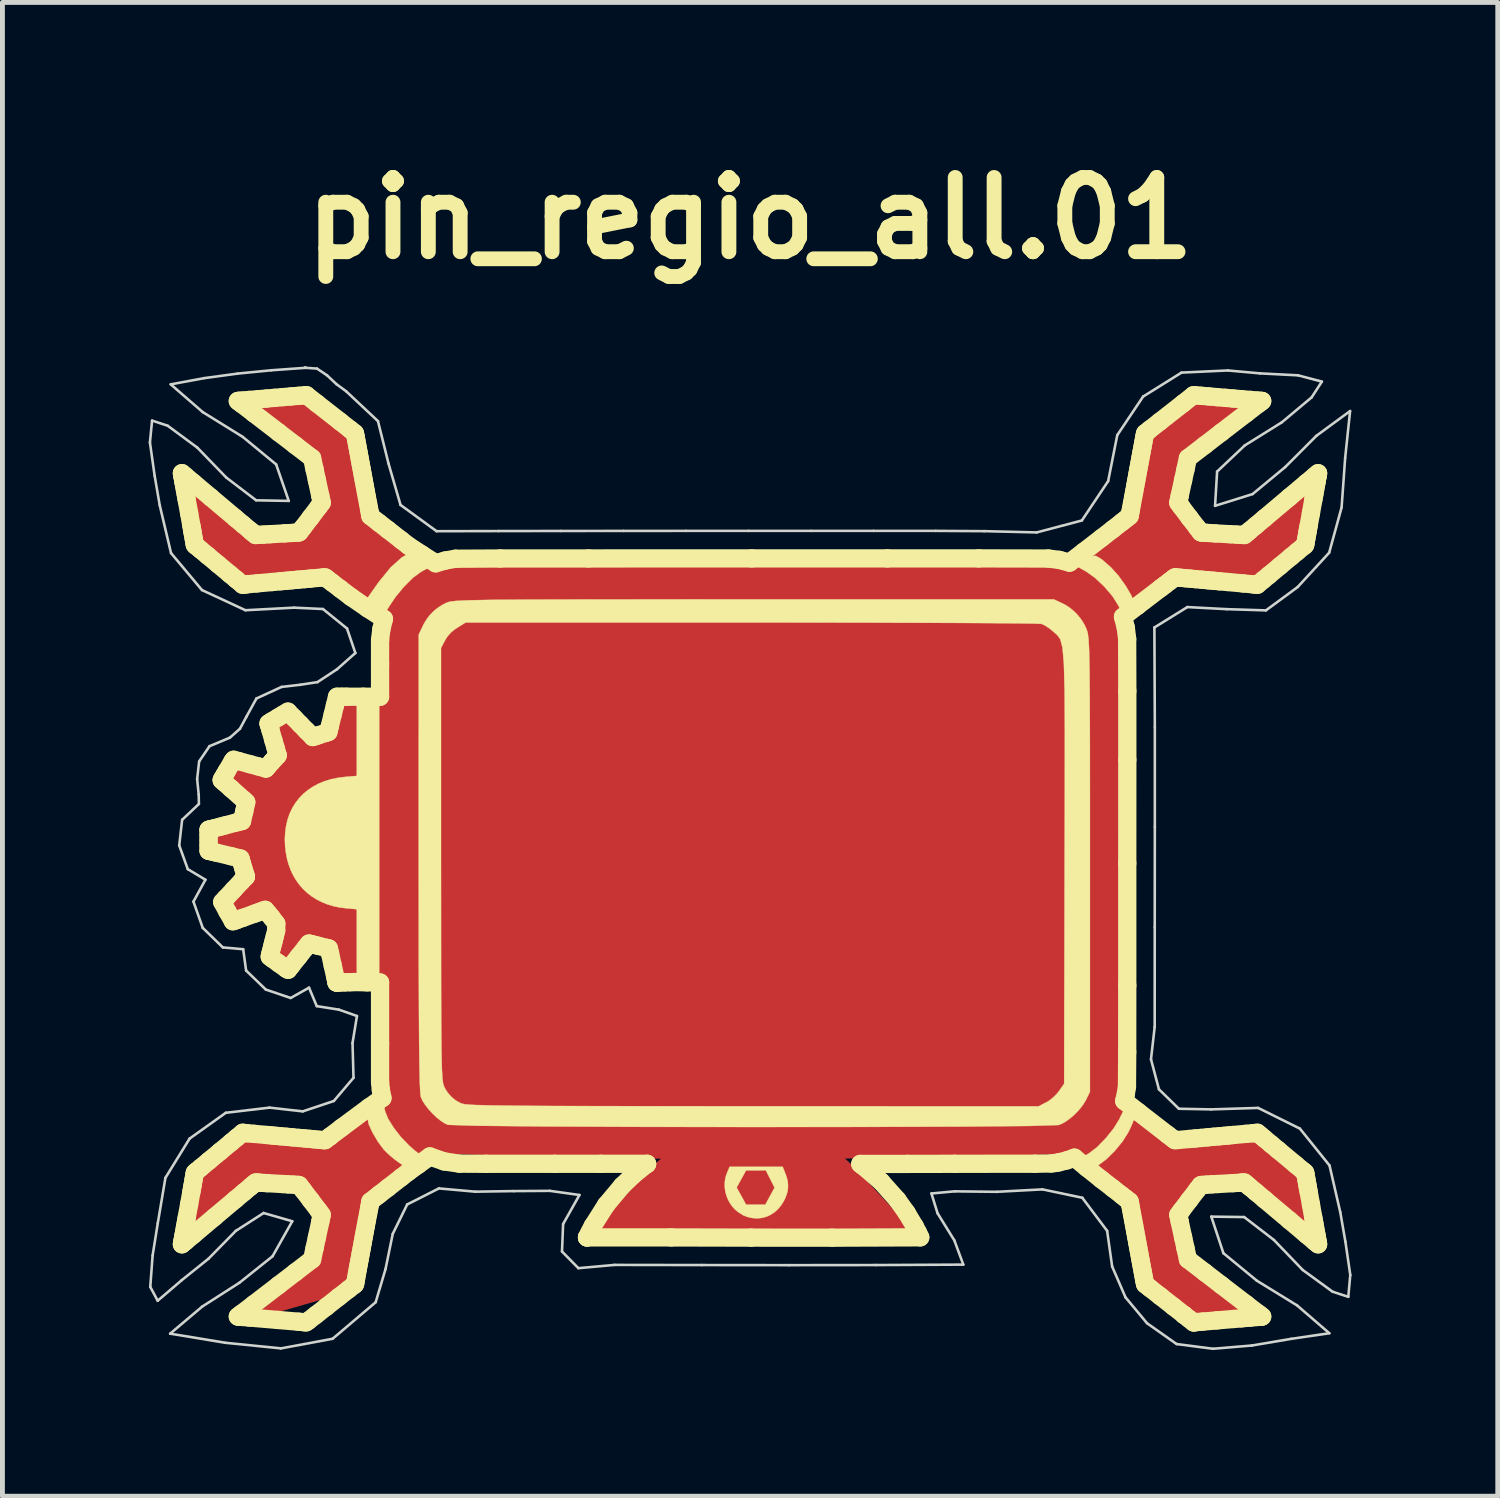
<source format=kicad_pcb>
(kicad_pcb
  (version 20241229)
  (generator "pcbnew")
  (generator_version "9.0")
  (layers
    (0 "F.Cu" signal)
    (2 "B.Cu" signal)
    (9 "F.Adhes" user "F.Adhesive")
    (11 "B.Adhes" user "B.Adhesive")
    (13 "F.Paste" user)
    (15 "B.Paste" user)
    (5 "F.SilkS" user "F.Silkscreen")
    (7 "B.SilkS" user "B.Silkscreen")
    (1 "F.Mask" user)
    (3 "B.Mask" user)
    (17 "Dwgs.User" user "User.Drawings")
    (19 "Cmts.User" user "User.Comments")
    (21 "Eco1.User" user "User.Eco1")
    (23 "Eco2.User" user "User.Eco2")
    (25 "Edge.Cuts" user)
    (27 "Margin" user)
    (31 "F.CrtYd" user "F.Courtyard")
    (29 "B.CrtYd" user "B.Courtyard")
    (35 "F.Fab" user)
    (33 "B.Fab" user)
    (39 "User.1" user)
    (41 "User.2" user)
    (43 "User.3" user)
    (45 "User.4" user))
  (footprint "pin_regio_all.01"
    (layer "F.Cu")
    (at 12.345 14.553)
    (property "Reference" "pin_regio_all.01" (at 0 -13.126 0) (layer "F.SilkS") (effects (font (size 1.524 1.524) (thickness 0.305))))
    (attr smd)
    (fp_poly (pts (xy 9.115 -9.383) (xy 8.679 -9.038) (xy 8.219 -8.673) (xy 8.047 -7.84) (xy 7.859 -6.967) (xy 7.202 -6.427) (xy 6.496 -5.975) (xy 5.591 -5.99) (xy 3.304 -6.003) (xy 0.129 -6.013) (xy -3.848 -6.016) (xy -5.752 -6.005) (xy -6.315 -5.975) (xy -6.481 -5.926) (xy -6.846 -6.165) (xy -7.56 -6.681) (xy -7.91 -6.958) (xy -8.072 -7.811) (xy -8.232 -8.664) (xy -8.691 -9.023) (xy -9.149 -9.382) (xy -9.517 -9.356) (xy -10.046 -9.308) (xy -10.207 -9.285) (xy -9.552 -8.783) (xy -8.898 -8.28) (xy -8.791 -7.795) (xy -8.72 -7.24) (xy -9.25 -6.59) (xy -9.767 -6.54) (xy -10.208 -6.517) (xy -10.837 -7.05) (xy -11.479 -7.569) (xy -11.399 -7.027) (xy -11.307 -6.499) (xy -10.905 -6.164) (xy -10.437 -5.782) (xy -9.539 -5.811) (xy -8.709 -5.887) (xy -8.309 -5.591) (xy -7.656 -5.139) (xy -7.426 -4.894) (xy -7.47 -4.012) (xy -7.492 -3.218) (xy -7.948 -3.201) (xy -8.404 -3.183) (xy -8.483 -2.871) (xy -8.597 -2.522) (xy -8.821 -2.422) (xy -9.009 -2.358) (xy -9.263 -2.609) (xy -9.517 -2.861) (xy -9.643 -2.793) (xy -9.754 -2.688) (xy -9.597 -2.074) (xy -9.762 -1.879) (xy -9.915 -1.713) (xy -10.199 -1.79) (xy -10.522 -1.881) (xy -10.636 -1.764) (xy -10.711 -1.633) (xy -10.473 -1.412) (xy -10.316 -0.808) (xy -10.764 -0.563) (xy -11.002 -0.506) (xy -11.002 -0.378) (xy -11.002 -0.25) (xy -10.693 -0.165) (xy -10.384 -0.079) (xy -10.306 0.165) (xy -10.227 0.408) (xy -10.474 0.668) (xy -10.721 0.928) (xy -10.643 1.033) (xy -10.551 1.138) (xy -10.232 1.031) (xy -9.927 0.923) (xy -9.778 1.092) (xy -9.685 1.75) (xy -9.744 1.96) (xy -9.641 2.043) (xy -9.52 2.125) (xy -9.328 1.897) (xy -9.092 1.655) (xy -8.812 1.693) (xy -8.461 2.197) (xy -8.417 2.428) (xy -7.975 2.435) (xy -7.505 2.469) (xy -7.472 3.746) (xy -7.466 4.996) (xy -7.567 5.066) (xy -8.187 5.522) (xy -8.707 5.907) (xy -9.501 5.834) (xy -10.345 5.76) (xy -10.847 6.134) (xy -11.302 6.509) (xy -11.398 7.04) (xy -11.48 7.586) (xy -10.837 7.068) (xy -10.208 6.536) (xy -9.749 6.558) (xy -9.23 6.612) (xy -8.72 7.259) (xy -8.791 7.815) (xy -8.898 8.299) (xy -9.552 8.802) (xy -10.155 9.314) (xy -9.785 9.354) (xy -8.686 9.038) (xy -8.232 8.683) (xy -8.072 7.83) (xy -7.91 6.977) (xy -7.56 6.702) (xy -6.916 6.213) (xy -6.621 5.998) (xy -6.369 6.073) (xy -3.973 6.148) (xy -1.83 6.178) (xy -2.019 6.337) (xy -3.1 7.532) (xy -3.177 7.665) (xy 0.057 7.665) (xy 3.29 7.665) (xy 3.195 7.49) (xy 2.085 6.298) (xy 1.946 6.174) (xy 4.094 6.148) (xy 6.455 6.082) (xy 6.667 6.016) (xy 7.261 6.488) (xy 7.88 7.021) (xy 8.05 7.876) (xy 8.219 8.692) (xy 8.68 9.058) (xy 9.118 9.403) (xy 9.632 9.361) (xy 10.158 9.306) (xy 9.519 8.797) (xy 8.848 8.202) (xy 8.742 7.708) (xy 8.655 7.31) (xy 8.791 7.105) (xy 9.079 6.741) (xy 9.23 6.581) (xy 9.702 6.558) (xy 10.174 6.535) (xy 10.807 7.068) (xy 11.454 7.587) (xy 11.371 7.046) (xy 11.274 6.52) (xy 10.888 6.19) (xy 10.422 5.807) (xy 9.512 5.83) (xy 8.637 5.875) (xy 7.575 4.932) (xy 7.597 3.494) (xy 7.614 0.186) (xy 7.615 -3.731) (xy 7.571 -4.732) (xy 7.547 -5.032) (xy 8.128 -5.471) (xy 8.677 -5.888) (xy 9.511 -5.811) (xy 10.422 -5.788) (xy 10.888 -6.171) (xy 11.274 -6.5) (xy 11.371 -7.027) (xy 11.454 -7.568) (xy 10.806 -7.049) (xy 10.173 -6.516) (xy 9.701 -6.539) (xy 9.23 -6.562) (xy 9.079 -6.722) (xy 8.791 -7.086) (xy 8.655 -7.291) (xy 8.742 -7.689) (xy 8.848 -8.184) (xy 9.525 -8.783) (xy 10.181 -9.286) (xy 9.988 -9.31) (xy 9.455 -9.358) (xy 9.115 -9.383)) (stroke (width 0) (type solid)) (fill yes) (layer "F.Cu"))
    (fp_poly (pts (xy -4.913 1.453) (xy -4.913 1.069) (xy 0.031 1.069) (xy 4.975 1.069) (xy 4.975 1.453) (xy 4.975 1.836) (xy 0.031 1.836) (xy -4.913 1.836) (xy -4.913 1.453)) (stroke (width 0.006) (type solid)) (fill yes) (layer "F.Mask"))
    (fp_poly (pts (xy -2.704 -1.67) (xy -2.704 -2.467) (xy -1.99 -2.467) (xy -1.276 -2.467) (xy -1.276 -1.67) (xy -1.276 -0.873) (xy -1.99 -0.873) (xy -2.704 -0.873) (xy -2.704 -1.67)) (stroke (width 0.006) (type solid)) (fill yes) (layer "F.Mask"))
    (fp_poly (pts (xy 1.306 -1.67) (xy 1.306 -2.467) (xy 2.037 -2.467) (xy 2.768 -2.467) (xy 2.768 -1.67) (xy 2.768 -0.873) (xy 2.037 -0.873) (xy 1.306 -0.873) (xy 1.306 -1.67)) (stroke (width 0.006) (type solid)) (fill yes) (layer "F.Mask"))
    (fp_line (start -11.661 -7.892) (end -11.66 -7.884) (stroke (width 0.375) (type solid)) (layer "F.SilkS"))
    (fp_line (start -11.661 7.934) (end -11.591 7.877) (stroke (width 0.375) (type solid)) (layer "F.SilkS"))
    (fp_line (start -11.66 -7.884) (end -11.657 -7.867) (stroke (width 0.375) (type solid)) (layer "F.SilkS"))
    (fp_line (start -11.66 7.927) (end -11.661 7.934) (stroke (width 0.375) (type solid)) (layer "F.SilkS"))
    (fp_line (start -11.657 -7.867) (end -11.651 -7.835) (stroke (width 0.375) (type solid)) (layer "F.SilkS"))
    (fp_line (start -11.657 7.91) (end -11.66 7.927) (stroke (width 0.375) (type solid)) (layer "F.SilkS"))
    (fp_line (start -11.651 -7.835) (end -11.643 -7.788) (stroke (width 0.375) (type solid)) (layer "F.SilkS"))
    (fp_line (start -11.651 7.878) (end -11.657 7.91) (stroke (width 0.375) (type solid)) (layer "F.SilkS"))
    (fp_line (start -11.643 -7.788) (end -11.634 -7.739) (stroke (width 0.375) (type solid)) (layer "F.SilkS"))
    (fp_line (start -11.643 7.831) (end -11.651 7.878) (stroke (width 0.375) (type solid)) (layer "F.SilkS"))
    (fp_line (start -11.634 -7.739) (end -11.627 -7.7) (stroke (width 0.375) (type solid)) (layer "F.SilkS"))
    (fp_line (start -11.634 7.782) (end -11.643 7.831) (stroke (width 0.375) (type solid)) (layer "F.SilkS"))
    (fp_line (start -11.627 -7.7) (end -11.617 -7.644) (stroke (width 0.375) (type solid)) (layer "F.SilkS"))
    (fp_line (start -11.627 7.743) (end -11.634 7.782) (stroke (width 0.375) (type solid)) (layer "F.SilkS"))
    (fp_line (start -11.617 -7.644) (end -11.601 -7.556) (stroke (width 0.375) (type solid)) (layer "F.SilkS"))
    (fp_line (start -11.617 7.687) (end -11.627 7.743) (stroke (width 0.375) (type solid)) (layer "F.SilkS"))
    (fp_line (start -11.601 -7.556) (end -11.585 -7.469) (stroke (width 0.375) (type solid)) (layer "F.SilkS"))
    (fp_line (start -11.601 7.599) (end -11.617 7.687) (stroke (width 0.375) (type solid)) (layer "F.SilkS"))
    (fp_line (start -11.591 -7.834) (end -11.661 -7.892) (stroke (width 0.375) (type solid)) (layer "F.SilkS"))
    (fp_line (start -11.591 7.877) (end -11.424 7.737) (stroke (width 0.375) (type solid)) (layer "F.SilkS"))
    (fp_line (start -11.585 -7.469) (end -11.575 -7.413) (stroke (width 0.375) (type solid)) (layer "F.SilkS"))
    (fp_line (start -11.585 7.512) (end -11.601 7.599) (stroke (width 0.375) (type solid)) (layer "F.SilkS"))
    (fp_line (start -11.575 -7.413) (end -11.561 -7.334) (stroke (width 0.375) (type solid)) (layer "F.SilkS"))
    (fp_line (start -11.575 7.456) (end -11.585 7.512) (stroke (width 0.375) (type solid)) (layer "F.SilkS"))
    (fp_line (start -11.561 -7.334) (end -11.514 -7.074) (stroke (width 0.375) (type solid)) (layer "F.SilkS"))
    (fp_line (start -11.561 7.377) (end -11.575 7.456) (stroke (width 0.375) (type solid)) (layer "F.SilkS"))
    (fp_line (start -11.514 -7.074) (end -11.467 -6.813) (stroke (width 0.375) (type solid)) (layer "F.SilkS"))
    (fp_line (start -11.514 7.117) (end -11.561 7.377) (stroke (width 0.375) (type solid)) (layer "F.SilkS"))
    (fp_line (start -11.467 -6.813) (end -11.453 -6.735) (stroke (width 0.375) (type solid)) (layer "F.SilkS"))
    (fp_line (start -11.467 6.856) (end -11.514 7.117) (stroke (width 0.375) (type solid)) (layer "F.SilkS"))
    (fp_line (start -11.453 -6.735) (end -11.442 -6.671) (stroke (width 0.375) (type solid)) (layer "F.SilkS"))
    (fp_line (start -11.453 6.777) (end -11.467 6.856) (stroke (width 0.375) (type solid)) (layer "F.SilkS"))
    (fp_line (start -11.442 -6.671) (end -11.423 -6.565) (stroke (width 0.375) (type solid)) (layer "F.SilkS"))
    (fp_line (start -11.441 6.714) (end -11.453 6.777) (stroke (width 0.375) (type solid)) (layer "F.SilkS"))
    (fp_line (start -11.424 -7.694) (end -11.591 -7.834) (stroke (width 0.375) (type solid)) (layer "F.SilkS"))
    (fp_line (start -11.424 7.737) (end -10.993 7.374) (stroke (width 0.375) (type solid)) (layer "F.SilkS"))
    (fp_line (start -11.423 -6.565) (end -11.405 -6.467) (stroke (width 0.375) (type solid)) (layer "F.SilkS"))
    (fp_line (start -11.423 6.608) (end -11.441 6.714) (stroke (width 0.375) (type solid)) (layer "F.SilkS"))
    (fp_line (start -11.405 -6.467) (end -11.397 -6.423) (stroke (width 0.375) (type solid)) (layer "F.SilkS"))
    (fp_line (start -11.405 6.51) (end -11.423 6.608) (stroke (width 0.375) (type solid)) (layer "F.SilkS"))
    (fp_line (start -11.397 -6.423) (end -11.386 -6.412) (stroke (width 0.375) (type solid)) (layer "F.SilkS"))
    (fp_line (start -11.397 6.466) (end -11.405 6.51) (stroke (width 0.375) (type solid)) (layer "F.SilkS"))
    (fp_line (start -11.386 -6.412) (end -11.364 -6.392) (stroke (width 0.375) (type solid)) (layer "F.SilkS"))
    (fp_line (start -11.386 6.455) (end -11.397 6.466) (stroke (width 0.375) (type solid)) (layer "F.SilkS"))
    (fp_line (start -11.364 -6.392) (end -11.283 -6.325) (stroke (width 0.375) (type solid)) (layer "F.SilkS"))
    (fp_line (start -11.364 6.435) (end -11.386 6.455) (stroke (width 0.375) (type solid)) (layer "F.SilkS"))
    (fp_line (start -11.283 -6.325) (end -11.134 -6.201) (stroke (width 0.375) (type solid)) (layer "F.SilkS"))
    (fp_line (start -11.276 6.362) (end -11.364 6.435) (stroke (width 0.375) (type solid)) (layer "F.SilkS"))
    (fp_line (start -11.134 -6.201) (end -10.918 -6.021) (stroke (width 0.375) (type solid)) (layer "F.SilkS"))
    (fp_line (start -11.115 -0.571) (end -11.115 -0.464) (stroke (width 0.375) (type solid)) (layer "F.SilkS"))
    (fp_line (start -11.115 -0.464) (end -11.115 -0.357) (stroke (width 0.375) (type solid)) (layer "F.SilkS"))
    (fp_line (start -11.115 -0.357) (end -11.115 -0.251) (stroke (width 0.375) (type solid)) (layer "F.SilkS"))
    (fp_line (start -11.115 -0.251) (end -11.115 -0.144) (stroke (width 0.375) (type solid)) (layer "F.SilkS"))
    (fp_line (start -11.115 -0.144) (end -11.108 -0.142) (stroke (width 0.375) (type solid)) (layer "F.SilkS"))
    (fp_line (start -11.111 -0.573) (end -11.115 -0.571) (stroke (width 0.375) (type solid)) (layer "F.SilkS"))
    (fp_line (start -11.109 6.222) (end -11.276 6.362) (stroke (width 0.375) (type solid)) (layer "F.SilkS"))
    (fp_line (start -11.108 -0.575) (end -11.111 -0.573) (stroke (width 0.375) (type solid)) (layer "F.SilkS"))
    (fp_line (start -11.108 -0.142) (end -11.101 -0.14) (stroke (width 0.375) (type solid)) (layer "F.SilkS"))
    (fp_line (start -11.101 -0.14) (end -11.057 -0.129) (stroke (width 0.375) (type solid)) (layer "F.SilkS"))
    (fp_line (start -11.071 -7.397) (end -11.424 -7.694) (stroke (width 0.375) (type solid)) (layer "F.SilkS"))
    (fp_line (start -11.069 -0.586) (end -11.108 -0.575) (stroke (width 0.375) (type solid)) (layer "F.SilkS"))
    (fp_line (start -11.057 -0.129) (end -10.971 -0.108) (stroke (width 0.375) (type solid)) (layer "F.SilkS"))
    (fp_line (start -10.993 7.374) (end -10.563 7.012) (stroke (width 0.375) (type solid)) (layer "F.SilkS"))
    (fp_line (start -10.987 -0.608) (end -11.069 -0.586) (stroke (width 0.375) (type solid)) (layer "F.SilkS"))
    (fp_line (start -10.971 -0.108) (end -10.648 -0.03) (stroke (width 0.375) (type solid)) (layer "F.SilkS"))
    (fp_line (start -10.918 -6.021) (end -10.676 -5.819) (stroke (width 0.375) (type solid)) (layer "F.SilkS"))
    (fp_line (start -10.881 -0.635) (end -10.987 -0.608) (stroke (width 0.375) (type solid)) (layer "F.SilkS"))
    (fp_line (start -10.88 6.032) (end -11.109 6.222) (stroke (width 0.375) (type solid)) (layer "F.SilkS"))
    (fp_line (start -10.844 -1.589) (end -10.786 -1.538) (stroke (width 0.375) (type solid)) (layer "F.SilkS"))
    (fp_line (start -10.843 -1.6) (end -10.844 -1.589) (stroke (width 0.375) (type solid)) (layer "F.SilkS"))
    (fp_line (start -10.834 0.91) (end -10.728 1.105) (stroke (width 0.375) (type solid)) (layer "F.SilkS"))
    (fp_line (start -10.826 -1.631) (end -10.843 -1.6) (stroke (width 0.375) (type solid)) (layer "F.SilkS"))
    (fp_line (start -10.787 -0.66) (end -10.881 -0.635) (stroke (width 0.375) (type solid)) (layer "F.SilkS"))
    (fp_line (start -10.786 -1.538) (end -10.653 -1.42) (stroke (width 0.375) (type solid)) (layer "F.SilkS"))
    (fp_line (start -10.784 -1.703) (end -10.826 -1.631) (stroke (width 0.375) (type solid)) (layer "F.SilkS"))
    (fp_line (start -10.764 0.834) (end -10.834 0.91) (stroke (width 0.375) (type solid)) (layer "F.SilkS"))
    (fp_line (start -10.742 -1.776) (end -10.784 -1.703) (stroke (width 0.375) (type solid)) (layer "F.SilkS"))
    (fp_line (start -10.728 1.105) (end -10.616 1.304) (stroke (width 0.375) (type solid)) (layer "F.SilkS"))
    (fp_line (start -10.676 -5.819) (end -10.546 -5.711) (stroke (width 0.375) (type solid)) (layer "F.SilkS"))
    (fp_line (start -10.653 -1.42) (end -10.389 -1.185) (stroke (width 0.375) (type solid)) (layer "F.SilkS"))
    (fp_line (start -10.65 5.841) (end -10.88 6.032) (stroke (width 0.375) (type solid)) (layer "F.SilkS"))
    (fp_line (start -10.648 -0.03) (end -10.46 0.016) (stroke (width 0.375) (type solid)) (layer "F.SilkS"))
    (fp_line (start -10.623 -1.979) (end -10.742 -1.776) (stroke (width 0.375) (type solid)) (layer "F.SilkS"))
    (fp_line (start -10.616 1.304) (end -10.591 1.297) (stroke (width 0.375) (type solid)) (layer "F.SilkS"))
    (fp_line (start -10.599 -2.01) (end -10.623 -1.979) (stroke (width 0.375) (type solid)) (layer "F.SilkS"))
    (fp_line (start -10.599 0.656) (end -10.764 0.834) (stroke (width 0.375) (type solid)) (layer "F.SilkS"))
    (fp_line (start -10.591 1.297) (end -10.534 1.278) (stroke (width 0.375) (type solid)) (layer "F.SilkS"))
    (fp_line (start -10.563 -6.969) (end -11.071 -7.397) (stroke (width 0.375) (type solid)) (layer "F.SilkS"))
    (fp_line (start -10.563 7.012) (end -10.386 6.863) (stroke (width 0.375) (type solid)) (layer "F.SilkS"))
    (fp_line (start -10.546 -5.711) (end -10.416 -5.602) (stroke (width 0.375) (type solid)) (layer "F.SilkS"))
    (fp_line (start -10.54 -0.725) (end -10.787 -0.66) (stroke (width 0.375) (type solid)) (layer "F.SilkS"))
    (fp_line (start -10.534 1.278) (end -10.411 1.234) (stroke (width 0.375) (type solid)) (layer "F.SilkS"))
    (fp_line (start -10.533 5.743) (end -10.65 5.841) (stroke (width 0.375) (type solid)) (layer "F.SilkS"))
    (fp_line (start -10.514 -9.373) (end -10.476 -9.344) (stroke (width 0.375) (type solid)) (layer "F.SilkS"))
    (fp_line (start -10.514 9.416) (end -10.503 9.417) (stroke (width 0.375) (type solid)) (layer "F.SilkS"))
    (fp_line (start -10.503 -9.374) (end -10.514 -9.373) (stroke (width 0.375) (type solid)) (layer "F.SilkS"))
    (fp_line (start -10.503 9.417) (end -10.493 9.418) (stroke (width 0.375) (type solid)) (layer "F.SilkS"))
    (fp_line (start -10.498 -1.983) (end -10.599 -2.01) (stroke (width 0.375) (type solid)) (layer "F.SilkS"))
    (fp_line (start -10.493 -9.376) (end -10.503 -9.374) (stroke (width 0.375) (type solid)) (layer "F.SilkS"))
    (fp_line (start -10.493 9.418) (end -10.421 9.425) (stroke (width 0.375) (type solid)) (layer "F.SilkS"))
    (fp_line (start -10.476 -9.344) (end -10.439 -9.315) (stroke (width 0.375) (type solid)) (layer "F.SilkS"))
    (fp_line (start -10.476 9.387) (end -10.514 9.416) (stroke (width 0.375) (type solid)) (layer "F.SilkS"))
    (fp_line (start -10.46 0.016) (end -10.451 0.048) (stroke (width 0.375) (type solid)) (layer "F.SilkS"))
    (fp_line (start -10.451 0.048) (end -10.429 0.122) (stroke (width 0.375) (type solid)) (layer "F.SilkS"))
    (fp_line (start -10.44 -0.751) (end -10.54 -0.725) (stroke (width 0.375) (type solid)) (layer "F.SilkS"))
    (fp_line (start -10.439 -9.315) (end -10.184 -9.119) (stroke (width 0.375) (type solid)) (layer "F.SilkS"))
    (fp_line (start -10.439 9.358) (end -10.476 9.387) (stroke (width 0.375) (type solid)) (layer "F.SilkS"))
    (fp_line (start -10.432 -0.753) (end -10.44 -0.751) (stroke (width 0.375) (type solid)) (layer "F.SilkS"))
    (fp_line (start -10.431 0.476) (end -10.599 0.656) (stroke (width 0.375) (type solid)) (layer "F.SilkS"))
    (fp_line (start -10.429 0.122) (end -10.4 0.22) (stroke (width 0.375) (type solid)) (layer "F.SilkS"))
    (fp_line (start -10.428 -0.755) (end -10.432 -0.753) (stroke (width 0.375) (type solid)) (layer "F.SilkS"))
    (fp_line (start -10.421 9.425) (end -10.277 9.437) (stroke (width 0.375) (type solid)) (layer "F.SilkS"))
    (fp_line (start -10.421 -9.382) (end -10.493 -9.376) (stroke (width 0.375) (type solid)) (layer "F.SilkS"))
    (fp_line (start -10.416 -5.602) (end -10.368 -5.607) (stroke (width 0.375) (type solid)) (layer "F.SilkS"))
    (fp_line (start -10.415 5.645) (end -10.533 5.743) (stroke (width 0.375) (type solid)) (layer "F.SilkS"))
    (fp_line (start -10.411 1.234) (end -10.171 1.148) (stroke (width 0.375) (type solid)) (layer "F.SilkS"))
    (fp_line (start -10.408 -6.839) (end -10.563 -6.969) (stroke (width 0.375) (type solid)) (layer "F.SilkS"))
    (fp_line (start -10.4 0.22) (end -10.374 0.308) (stroke (width 0.375) (type solid)) (layer "F.SilkS"))
    (fp_line (start -10.389 -1.185) (end -10.341 -1.139) (stroke (width 0.375) (type solid)) (layer "F.SilkS"))
    (fp_line (start -10.386 6.863) (end -10.252 6.751) (stroke (width 0.375) (type solid)) (layer "F.SilkS"))
    (fp_line (start -10.383 -0.947) (end -10.428 -0.755) (stroke (width 0.375) (type solid)) (layer "F.SilkS"))
    (fp_line (start -10.374 0.308) (end -10.361 0.349) (stroke (width 0.375) (type solid)) (layer "F.SilkS"))
    (fp_line (start -10.368 -5.607) (end -10.321 -5.612) (stroke (width 0.375) (type solid)) (layer "F.SilkS"))
    (fp_line (start -10.368 5.65) (end -10.415 5.645) (stroke (width 0.375) (type solid)) (layer "F.SilkS"))
    (fp_line (start -10.361 0.349) (end -10.349 0.389) (stroke (width 0.375) (type solid)) (layer "F.SilkS"))
    (fp_line (start -10.357 0.397) (end -10.431 0.476) (stroke (width 0.375) (type solid)) (layer "F.SilkS"))
    (fp_line (start -10.353 0.393) (end -10.357 0.397) (stroke (width 0.375) (type solid)) (layer "F.SilkS"))
    (fp_line (start -10.349 0.389) (end -10.353 0.393) (stroke (width 0.375) (type solid)) (layer "F.SilkS"))
    (fp_line (start -10.341 -1.139) (end -10.383 -0.947) (stroke (width 0.375) (type solid)) (layer "F.SilkS"))
    (fp_line (start -10.321 -5.612) (end -10.123 -5.63) (stroke (width 0.375) (type solid)) (layer "F.SilkS"))
    (fp_line (start -10.321 5.655) (end -10.368 5.65) (stroke (width 0.375) (type solid)) (layer "F.SilkS"))
    (fp_line (start -10.277 9.437) (end -9.687 9.487) (stroke (width 0.375) (type solid)) (layer "F.SilkS"))
    (fp_line (start -10.276 -9.395) (end -10.421 -9.382) (stroke (width 0.375) (type solid)) (layer "F.SilkS"))
    (fp_line (start -10.266 -1.92) (end -10.498 -1.983) (stroke (width 0.375) (type solid)) (layer "F.SilkS"))
    (fp_line (start -10.252 -6.708) (end -10.408 -6.839) (stroke (width 0.375) (type solid)) (layer "F.SilkS"))
    (fp_line (start -10.252 6.751) (end -10.201 6.708) (stroke (width 0.375) (type solid)) (layer "F.SilkS"))
    (fp_line (start -10.201 -6.665) (end -10.252 -6.708) (stroke (width 0.375) (type solid)) (layer "F.SilkS"))
    (fp_line (start -10.201 6.708) (end -10.15 6.666) (stroke (width 0.375) (type solid)) (layer "F.SilkS"))
    (fp_line (start -10.184 -9.119) (end -9.677 -8.729) (stroke (width 0.375) (type solid)) (layer "F.SilkS"))
    (fp_line (start -10.184 9.162) (end -10.439 9.358) (stroke (width 0.375) (type solid)) (layer "F.SilkS"))
    (fp_line (start -10.183 5.667) (end -10.321 5.655) (stroke (width 0.375) (type solid)) (layer "F.SilkS"))
    (fp_line (start -10.171 1.148) (end -10.086 1.118) (stroke (width 0.375) (type solid)) (layer "F.SilkS"))
    (fp_line (start -10.15 -6.623) (end -10.201 -6.665) (stroke (width 0.375) (type solid)) (layer "F.SilkS"))
    (fp_line (start -10.15 6.666) (end -10.113 6.668) (stroke (width 0.375) (type solid)) (layer "F.SilkS"))
    (fp_line (start -10.123 -5.63) (end -9.807 -5.658) (stroke (width 0.375) (type solid)) (layer "F.SilkS"))
    (fp_line (start -10.113 -6.625) (end -10.15 -6.623) (stroke (width 0.375) (type solid)) (layer "F.SilkS"))
    (fp_line (start -10.113 6.668) (end -10.076 6.669) (stroke (width 0.375) (type solid)) (layer "F.SilkS"))
    (fp_line (start -10.103 -1.876) (end -10.266 -1.92) (stroke (width 0.375) (type solid)) (layer "F.SilkS"))
    (fp_line (start -10.09 -9.41) (end -10.276 -9.395) (stroke (width 0.375) (type solid)) (layer "F.SilkS"))
    (fp_line (start -10.086 1.118) (end -10.014 1.092) (stroke (width 0.375) (type solid)) (layer "F.SilkS"))
    (fp_line (start -10.077 -6.626) (end -10.113 -6.625) (stroke (width 0.375) (type solid)) (layer "F.SilkS"))
    (fp_line (start -10.076 6.669) (end -9.912 6.679) (stroke (width 0.375) (type solid)) (layer "F.SilkS"))
    (fp_line (start -10.014 1.092) (end -9.983 1.081) (stroke (width 0.375) (type solid)) (layer "F.SilkS"))
    (fp_line (start -9.983 1.081) (end -9.951 1.07) (stroke (width 0.375) (type solid)) (layer "F.SilkS"))
    (fp_line (start -9.982 -6.632) (end -10.077 -6.626) (stroke (width 0.375) (type solid)) (layer "F.SilkS"))
    (fp_line (start -9.951 1.07) (end -9.887 1.146) (stroke (width 0.375) (type solid)) (layer "F.SilkS"))
    (fp_line (start -9.94 -1.831) (end -10.103 -1.876) (stroke (width 0.375) (type solid)) (layer "F.SilkS"))
    (fp_line (start -9.936 -1.835) (end -9.94 -1.831) (stroke (width 0.375) (type solid)) (layer "F.SilkS"))
    (fp_line (start -9.933 -1.839) (end -9.936 -1.835) (stroke (width 0.375) (type solid)) (layer "F.SilkS"))
    (fp_line (start -9.923 -9.424) (end -10.09 -9.41) (stroke (width 0.375) (type solid)) (layer "F.SilkS"))
    (fp_line (start -9.915 5.691) (end -10.183 5.667) (stroke (width 0.375) (type solid)) (layer "F.SilkS"))
    (fp_line (start -9.912 6.679) (end -9.596 6.697) (stroke (width 0.375) (type solid)) (layer "F.SilkS"))
    (fp_line (start -9.896 -1.88) (end -9.933 -1.839) (stroke (width 0.375) (type solid)) (layer "F.SilkS"))
    (fp_line (start -9.887 1.146) (end -9.824 1.222) (stroke (width 0.375) (type solid)) (layer "F.SilkS"))
    (fp_line (start -9.883 -2.757) (end -9.88 -2.746) (stroke (width 0.375) (type solid)) (layer "F.SilkS"))
    (fp_line (start -9.88 -2.746) (end -9.875 -2.726) (stroke (width 0.375) (type solid)) (layer "F.SilkS"))
    (fp_line (start -9.875 -2.726) (end -9.844 -2.62) (stroke (width 0.375) (type solid)) (layer "F.SilkS"))
    (fp_line (start -9.859 2.032) (end -9.804 2.074) (stroke (width 0.375) (type solid)) (layer "F.SilkS"))
    (fp_line (start -9.859 -6.639) (end -9.982 -6.632) (stroke (width 0.375) (type solid)) (layer "F.SilkS"))
    (fp_line (start -9.853 1.998) (end -9.859 2.032) (stroke (width 0.375) (type solid)) (layer "F.SilkS"))
    (fp_line (start -9.844 -2.62) (end -9.782 -2.401) (stroke (width 0.375) (type solid)) (layer "F.SilkS"))
    (fp_line (start -9.835 1.923) (end -9.853 1.998) (stroke (width 0.375) (type solid)) (layer "F.SilkS"))
    (fp_line (start -9.824 5.699) (end -9.915 5.691) (stroke (width 0.375) (type solid)) (layer "F.SilkS"))
    (fp_line (start -9.824 -2.796) (end -9.883 -2.757) (stroke (width 0.375) (type solid)) (layer "F.SilkS"))
    (fp_line (start -9.824 1.222) (end -9.725 1.353) (stroke (width 0.375) (type solid)) (layer "F.SilkS"))
    (fp_line (start -9.818 -1.967) (end -9.896 -1.88) (stroke (width 0.375) (type solid)) (layer "F.SilkS"))
    (fp_line (start -9.809 1.821) (end -9.835 1.923) (stroke (width 0.375) (type solid)) (layer "F.SilkS"))
    (fp_line (start -9.807 -5.658) (end -9.638 -5.674) (stroke (width 0.375) (type solid)) (layer "F.SilkS"))
    (fp_line (start -9.804 2.074) (end -9.672 2.17) (stroke (width 0.375) (type solid)) (layer "F.SilkS"))
    (fp_line (start -9.783 1.72) (end -9.809 1.821) (stroke (width 0.375) (type solid)) (layer "F.SilkS"))
    (fp_line (start -9.782 -2.401) (end -9.739 -2.253) (stroke (width 0.375) (type solid)) (layer "F.SilkS"))
    (fp_line (start -9.762 -9.438) (end -9.923 -9.424) (stroke (width 0.375) (type solid)) (layer "F.SilkS"))
    (fp_line (start -9.761 -2.031) (end -9.818 -1.967) (stroke (width 0.375) (type solid)) (layer "F.SilkS"))
    (fp_line (start -9.756 1.614) (end -9.783 1.72) (stroke (width 0.375) (type solid)) (layer "F.SilkS"))
    (fp_line (start -9.739 -2.253) (end -9.696 -2.104) (stroke (width 0.375) (type solid)) (layer "F.SilkS"))
    (fp_line (start -9.735 5.708) (end -9.824 5.699) (stroke (width 0.375) (type solid)) (layer "F.SilkS"))
    (fp_line (start -9.727 1.498) (end -9.756 1.614) (stroke (width 0.375) (type solid)) (layer "F.SilkS"))
    (fp_line (start -9.725 1.353) (end -9.727 1.498) (stroke (width 0.375) (type solid)) (layer "F.SilkS"))
    (fp_line (start -9.703 -2.095) (end -9.761 -2.031) (stroke (width 0.375) (type solid)) (layer "F.SilkS"))
    (fp_line (start -9.7 -2.1) (end -9.703 -2.095) (stroke (width 0.375) (type solid)) (layer "F.SilkS"))
    (fp_line (start -9.696 -2.104) (end -9.7 -2.1) (stroke (width 0.375) (type solid)) (layer "F.SilkS"))
    (fp_line (start -9.687 9.487) (end -9.266 9.523) (stroke (width 0.375) (type solid)) (layer "F.SilkS"))
    (fp_line (start -9.684 -2.88) (end -9.824 -2.796) (stroke (width 0.375) (type solid)) (layer "F.SilkS"))
    (fp_line (start -9.677 -8.729) (end -9.333 -8.465) (stroke (width 0.375) (type solid)) (layer "F.SilkS"))
    (fp_line (start -9.677 8.772) (end -10.184 9.162) (stroke (width 0.375) (type solid)) (layer "F.SilkS"))
    (fp_line (start -9.672 2.17) (end -9.521 2.278) (stroke (width 0.375) (type solid)) (layer "F.SilkS"))
    (fp_line (start -9.638 -5.674) (end -9.516 -5.684) (stroke (width 0.375) (type solid)) (layer "F.SilkS"))
    (fp_line (start -9.634 5.717) (end -9.735 5.708) (stroke (width 0.375) (type solid)) (layer "F.SilkS"))
    (fp_line (start -9.596 6.697) (end -9.483 6.704) (stroke (width 0.375) (type solid)) (layer "F.SilkS"))
    (fp_line (start -9.591 -9.453) (end -9.762 -9.438) (stroke (width 0.375) (type solid)) (layer "F.SilkS"))
    (fp_line (start -9.585 -2.939) (end -9.684 -2.88) (stroke (width 0.375) (type solid)) (layer "F.SilkS"))
    (fp_line (start -9.548 -6.657) (end -9.859 -6.639) (stroke (width 0.375) (type solid)) (layer "F.SilkS"))
    (fp_line (start -9.521 2.278) (end -9.482 2.3) (stroke (width 0.375) (type solid)) (layer "F.SilkS"))
    (fp_line (start -9.518 5.727) (end -9.634 5.717) (stroke (width 0.375) (type solid)) (layer "F.SilkS"))
    (fp_line (start -9.516 -5.684) (end -9.41 -5.694) (stroke (width 0.375) (type solid)) (layer "F.SilkS"))
    (fp_line (start -9.486 -2.998) (end -9.585 -2.939) (stroke (width 0.375) (type solid)) (layer "F.SilkS"))
    (fp_line (start -9.483 6.704) (end -9.37 6.71) (stroke (width 0.375) (type solid)) (layer "F.SilkS"))
    (fp_line (start -9.482 2.3) (end -9.418 2.219) (stroke (width 0.375) (type solid)) (layer "F.SilkS"))
    (fp_line (start -9.421 -9.467) (end -9.591 -9.453) (stroke (width 0.375) (type solid)) (layer "F.SilkS"))
    (fp_line (start -9.418 2.219) (end -9.268 2.03) (stroke (width 0.375) (type solid)) (layer "F.SilkS"))
    (fp_line (start -9.41 -5.694) (end -9.279 -5.706) (stroke (width 0.375) (type solid)) (layer "F.SilkS"))
    (fp_line (start -9.389 5.739) (end -9.518 5.727) (stroke (width 0.375) (type solid)) (layer "F.SilkS"))
    (fp_line (start -9.37 6.71) (end -9.275 6.715) (stroke (width 0.375) (type solid)) (layer "F.SilkS"))
    (fp_line (start -9.368 -6.667) (end -9.548 -6.657) (stroke (width 0.375) (type solid)) (layer "F.SilkS"))
    (fp_line (start -9.359 -2.868) (end -9.486 -2.998) (stroke (width 0.375) (type solid)) (layer "F.SilkS"))
    (fp_line (start -9.333 -8.465) (end -8.99 -8.201) (stroke (width 0.375) (type solid)) (layer "F.SilkS"))
    (fp_line (start -9.333 8.508) (end -9.677 8.772) (stroke (width 0.375) (type solid)) (layer "F.SilkS"))
    (fp_line (start -9.279 -5.706) (end -9.143 -5.718) (stroke (width 0.375) (type solid)) (layer "F.SilkS"))
    (fp_line (start -9.275 6.715) (end -9.252 6.722) (stroke (width 0.375) (type solid)) (layer "F.SilkS"))
    (fp_line (start -9.275 -6.673) (end -9.368 -6.667) (stroke (width 0.375) (type solid)) (layer "F.SilkS"))
    (fp_line (start -9.268 2.03) (end -9.119 1.842) (stroke (width 0.375) (type solid)) (layer "F.SilkS"))
    (fp_line (start -9.266 9.523) (end -9.162 9.532) (stroke (width 0.375) (type solid)) (layer "F.SilkS"))
    (fp_line (start -9.26 -9.48) (end -9.421 -9.467) (stroke (width 0.375) (type solid)) (layer "F.SilkS"))
    (fp_line (start -9.26 5.751) (end -9.389 5.739) (stroke (width 0.375) (type solid)) (layer "F.SilkS"))
    (fp_line (start -9.252 -6.679) (end -9.275 -6.673) (stroke (width 0.375) (type solid)) (layer "F.SilkS"))
    (fp_line (start -9.252 6.722) (end -9.181 6.814) (stroke (width 0.375) (type solid)) (layer "F.SilkS"))
    (fp_line (start -9.232 -2.738) (end -9.359 -2.868) (stroke (width 0.375) (type solid)) (layer "F.SilkS"))
    (fp_line (start -9.181 -6.771) (end -9.252 -6.679) (stroke (width 0.375) (type solid)) (layer "F.SilkS"))
    (fp_line (start -9.181 6.814) (end -9.019 7.026) (stroke (width 0.375) (type solid)) (layer "F.SilkS"))
    (fp_line (start -9.162 9.532) (end -9.114 9.536) (stroke (width 0.375) (type solid)) (layer "F.SilkS"))
    (fp_line (start -9.149 -9.489) (end -9.26 -9.48) (stroke (width 0.375) (type solid)) (layer "F.SilkS"))
    (fp_line (start -9.143 -5.718) (end -9.024 -5.729) (stroke (width 0.375) (type solid)) (layer "F.SilkS"))
    (fp_line (start -9.143 5.761) (end -9.26 5.751) (stroke (width 0.375) (type solid)) (layer "F.SilkS"))
    (fp_line (start -9.119 1.842) (end -9.056 1.763) (stroke (width 0.375) (type solid)) (layer "F.SilkS"))
    (fp_line (start -9.114 9.536) (end -9.065 9.503) (stroke (width 0.375) (type solid)) (layer "F.SilkS"))
    (fp_line (start -9.104 -2.607) (end -9.232 -2.738) (stroke (width 0.375) (type solid)) (layer "F.SilkS"))
    (fp_line (start -9.103 -9.491) (end -9.149 -9.489) (stroke (width 0.375) (type solid)) (layer "F.SilkS"))
    (fp_line (start -9.065 9.503) (end -8.916 9.387) (stroke (width 0.375) (type solid)) (layer "F.SilkS"))
    (fp_line (start -9.056 1.763) (end -9.037 1.766) (stroke (width 0.375) (type solid)) (layer "F.SilkS"))
    (fp_line (start -9.043 5.77) (end -9.143 5.761) (stroke (width 0.375) (type solid)) (layer "F.SilkS"))
    (fp_line (start -9.037 1.766) (end -8.994 1.776) (stroke (width 0.375) (type solid)) (layer "F.SilkS"))
    (fp_line (start -9.024 -5.729) (end -8.774 -5.751) (stroke (width 0.375) (type solid)) (layer "F.SilkS"))
    (fp_line (start -9.019 -6.983) (end -9.181 -6.771) (stroke (width 0.375) (type solid)) (layer "F.SilkS"))
    (fp_line (start -9.019 7.026) (end -8.851 7.248) (stroke (width 0.375) (type solid)) (layer "F.SilkS"))
    (fp_line (start -8.994 1.776) (end -8.929 1.792) (stroke (width 0.375) (type solid)) (layer "F.SilkS"))
    (fp_line (start -8.99 -8.201) (end -8.94 -7.974) (stroke (width 0.375) (type solid)) (layer "F.SilkS"))
    (fp_line (start -8.989 8.244) (end -9.333 8.508) (stroke (width 0.375) (type solid)) (layer "F.SilkS"))
    (fp_line (start -8.977 -2.477) (end -9.104 -2.607) (stroke (width 0.375) (type solid)) (layer "F.SilkS"))
    (fp_line (start -8.947 5.779) (end -9.043 5.77) (stroke (width 0.375) (type solid)) (layer "F.SilkS"))
    (fp_line (start -8.94 -7.974) (end -8.891 -7.748) (stroke (width 0.375) (type solid)) (layer "F.SilkS"))
    (fp_line (start -8.94 8.017) (end -8.989 8.244) (stroke (width 0.375) (type solid)) (layer "F.SilkS"))
    (fp_line (start -8.929 1.792) (end -8.856 1.81) (stroke (width 0.375) (type solid)) (layer "F.SilkS"))
    (fp_line (start -8.92 -2.495) (end -8.977 -2.477) (stroke (width 0.375) (type solid)) (layer "F.SilkS"))
    (fp_line (start -8.916 9.387) (end -8.698 9.217) (stroke (width 0.375) (type solid)) (layer "F.SilkS"))
    (fp_line (start -8.891 -7.748) (end -8.821 -7.425) (stroke (width 0.375) (type solid)) (layer "F.SilkS"))
    (fp_line (start -8.891 7.791) (end -8.94 8.017) (stroke (width 0.375) (type solid)) (layer "F.SilkS"))
    (fp_line (start -8.891 -9.324) (end -9.103 -9.491) (stroke (width 0.375) (type solid)) (layer "F.SilkS"))
    (fp_line (start -8.863 -2.513) (end -8.92 -2.495) (stroke (width 0.375) (type solid)) (layer "F.SilkS"))
    (fp_line (start -8.856 1.81) (end -8.691 1.851) (stroke (width 0.375) (type solid)) (layer "F.SilkS"))
    (fp_line (start -8.851 -7.205) (end -9.019 -6.983) (stroke (width 0.375) (type solid)) (layer "F.SilkS"))
    (fp_line (start -8.851 7.248) (end -8.792 7.33) (stroke (width 0.375) (type solid)) (layer "F.SilkS"))
    (fp_line (start -8.842 5.789) (end -8.947 5.779) (stroke (width 0.375) (type solid)) (layer "F.SilkS"))
    (fp_line (start -8.821 -7.425) (end -8.792 -7.287) (stroke (width 0.375) (type solid)) (layer "F.SilkS"))
    (fp_line (start -8.821 7.468) (end -8.891 7.791) (stroke (width 0.375) (type solid)) (layer "F.SilkS"))
    (fp_line (start -8.792 -7.287) (end -8.851 -7.205) (stroke (width 0.375) (type solid)) (layer "F.SilkS"))
    (fp_line (start -8.792 7.33) (end -8.821 7.468) (stroke (width 0.375) (type solid)) (layer "F.SilkS"))
    (fp_line (start -8.774 -5.751) (end -8.721 -5.753) (stroke (width 0.375) (type solid)) (layer "F.SilkS"))
    (fp_line (start -8.761 5.796) (end -8.842 5.789) (stroke (width 0.375) (type solid)) (layer "F.SilkS"))
    (fp_line (start -8.724 5.797) (end -8.761 5.796) (stroke (width 0.375) (type solid)) (layer "F.SilkS"))
    (fp_line (start -8.721 -5.753) (end -8.677 -5.72) (stroke (width 0.375) (type solid)) (layer "F.SilkS"))
    (fp_line (start -8.699 -2.565) (end -8.863 -2.513) (stroke (width 0.375) (type solid)) (layer "F.SilkS"))
    (fp_line (start -8.698 9.217) (end -8.443 9.016) (stroke (width 0.375) (type solid)) (layer "F.SilkS"))
    (fp_line (start -8.691 1.851) (end -8.645 1.863) (stroke (width 0.375) (type solid)) (layer "F.SilkS"))
    (fp_line (start -8.677 -5.72) (end -8.579 -5.646) (stroke (width 0.375) (type solid)) (layer "F.SilkS"))
    (fp_line (start -8.655 -2.58) (end -8.699 -2.565) (stroke (width 0.375) (type solid)) (layer "F.SilkS"))
    (fp_line (start -8.645 1.863) (end -8.621 1.966) (stroke (width 0.375) (type solid)) (layer "F.SilkS"))
    (fp_line (start -8.629 -2.687) (end -8.655 -2.58) (stroke (width 0.375) (type solid)) (layer "F.SilkS"))
    (fp_line (start -8.624 5.723) (end -8.724 5.797) (stroke (width 0.375) (type solid)) (layer "F.SilkS"))
    (fp_line (start -8.621 1.966) (end -8.567 2.211) (stroke (width 0.375) (type solid)) (layer "F.SilkS"))
    (fp_line (start -8.579 -5.646) (end -8.41 -5.517) (stroke (width 0.375) (type solid)) (layer "F.SilkS"))
    (fp_line (start -8.567 2.211) (end -8.512 2.456) (stroke (width 0.375) (type solid)) (layer "F.SilkS"))
    (fp_line (start -8.566 -2.942) (end -8.629 -2.687) (stroke (width 0.375) (type solid)) (layer "F.SilkS"))
    (fp_line (start -8.522 -3.123) (end -8.566 -2.942) (stroke (width 0.375) (type solid)) (layer "F.SilkS"))
    (fp_line (start -8.512 2.456) (end -8.488 2.56) (stroke (width 0.375) (type solid)) (layer "F.SilkS"))
    (fp_line (start -8.488 2.56) (end -8.488 2.56) (stroke (width 0.375) (type solid)) (layer "F.SilkS"))
    (fp_line (start -8.488 2.56) (end -8.488 2.561) (stroke (width 0.375) (type solid)) (layer "F.SilkS"))
    (fp_line (start -8.488 2.561) (end -8.482 2.562) (stroke (width 0.375) (type solid)) (layer "F.SilkS"))
    (fp_line (start -8.482 2.562) (end -8.468 2.563) (stroke (width 0.375) (type solid)) (layer "F.SilkS"))
    (fp_line (start -8.478 -3.304) (end -8.522 -3.123) (stroke (width 0.375) (type solid)) (layer "F.SilkS"))
    (fp_line (start -8.468 2.563) (end -8.415 2.561) (stroke (width 0.375) (type solid)) (layer "F.SilkS"))
    (fp_line (start -8.443 9.016) (end -8.235 8.854) (stroke (width 0.375) (type solid)) (layer "F.SilkS"))
    (fp_line (start -8.415 2.561) (end -8.315 2.558) (stroke (width 0.375) (type solid)) (layer "F.SilkS"))
    (fp_line (start -8.415 -8.952) (end -8.891 -9.324) (stroke (width 0.375) (type solid)) (layer "F.SilkS"))
    (fp_line (start -8.41 -5.517) (end -8.194 -5.353) (stroke (width 0.375) (type solid)) (layer "F.SilkS"))
    (fp_line (start -8.39 5.545) (end -8.624 5.723) (stroke (width 0.375) (type solid)) (layer "F.SilkS"))
    (fp_line (start -8.381 -3.304) (end -8.478 -3.304) (stroke (width 0.375) (type solid)) (layer "F.SilkS"))
    (fp_line (start -8.315 2.558) (end -8.208 2.555) (stroke (width 0.375) (type solid)) (layer "F.SilkS"))
    (fp_line (start -8.285 -3.304) (end -8.381 -3.304) (stroke (width 0.375) (type solid)) (layer "F.SilkS"))
    (fp_line (start -8.235 8.854) (end -8.135 8.775) (stroke (width 0.375) (type solid)) (layer "F.SilkS"))
    (fp_line (start -8.208 2.555) (end -8.136 2.552) (stroke (width 0.375) (type solid)) (layer "F.SilkS"))
    (fp_line (start -8.204 -8.786) (end -8.415 -8.952) (stroke (width 0.375) (type solid)) (layer "F.SilkS"))
    (fp_line (start -8.194 -5.353) (end -7.852 -5.118) (stroke (width 0.375) (type solid)) (layer "F.SilkS"))
    (fp_line (start -8.136 2.552) (end -7.866 2.557) (stroke (width 0.375) (type solid)) (layer "F.SilkS"))
    (fp_line (start -8.135 8.775) (end -8.117 8.759) (stroke (width 0.375) (type solid)) (layer "F.SilkS"))
    (fp_line (start -8.117 8.759) (end -8.108 8.75) (stroke (width 0.375) (type solid)) (layer "F.SilkS"))
    (fp_line (start -8.113 -8.714) (end -8.204 -8.786) (stroke (width 0.375) (type solid)) (layer "F.SilkS"))
    (fp_line (start -8.108 8.75) (end -8.101 8.715) (stroke (width 0.375) (type solid)) (layer "F.SilkS"))
    (fp_line (start -8.106 -8.687) (end -8.113 -8.714) (stroke (width 0.375) (type solid)) (layer "F.SilkS"))
    (fp_line (start -8.101 8.715) (end -8.087 8.637) (stroke (width 0.375) (type solid)) (layer "F.SilkS"))
    (fp_line (start -8.093 -8.625) (end -8.106 -8.687) (stroke (width 0.375) (type solid)) (layer "F.SilkS"))
    (fp_line (start -8.087 8.637) (end -8.069 8.537) (stroke (width 0.375) (type solid)) (layer "F.SilkS"))
    (fp_line (start -8.076 -8.533) (end -8.093 -8.625) (stroke (width 0.375) (type solid)) (layer "F.SilkS"))
    (fp_line (start -8.069 8.537) (end -8.052 8.446) (stroke (width 0.375) (type solid)) (layer "F.SilkS"))
    (fp_line (start -8.057 -8.43) (end -8.076 -8.533) (stroke (width 0.375) (type solid)) (layer "F.SilkS"))
    (fp_line (start -8.052 8.446) (end -8.035 8.353) (stroke (width 0.375) (type solid)) (layer "F.SilkS"))
    (fp_line (start -8.036 -8.318) (end -8.057 -8.43) (stroke (width 0.375) (type solid)) (layer "F.SilkS"))
    (fp_line (start -8.035 8.353) (end -8.015 8.247) (stroke (width 0.375) (type solid)) (layer "F.SilkS"))
    (fp_line (start -8.015 -8.204) (end -8.036 -8.318) (stroke (width 0.375) (type solid)) (layer "F.SilkS"))
    (fp_line (start -8.015 8.247) (end -7.994 8.133) (stroke (width 0.375) (type solid)) (layer "F.SilkS"))
    (fp_line (start -7.994 -8.09) (end -8.015 -8.204) (stroke (width 0.375) (type solid)) (layer "F.SilkS"))
    (fp_line (start -7.994 8.133) (end -7.973 8.022) (stroke (width 0.375) (type solid)) (layer "F.SilkS"))
    (fp_line (start -7.973 -7.979) (end -7.994 -8.09) (stroke (width 0.375) (type solid)) (layer "F.SilkS"))
    (fp_line (start -7.973 8.022) (end -7.952 7.907) (stroke (width 0.375) (type solid)) (layer "F.SilkS"))
    (fp_line (start -7.952 -7.864) (end -7.973 -7.979) (stroke (width 0.375) (type solid)) (layer "F.SilkS"))
    (fp_line (start -7.952 7.907) (end -7.93 7.787) (stroke (width 0.375) (type solid)) (layer "F.SilkS"))
    (fp_line (start -7.94 -3.304) (end -8.285 -3.304) (stroke (width 0.375) (type solid)) (layer "F.SilkS"))
    (fp_line (start -7.93 -7.745) (end -7.952 -7.864) (stroke (width 0.375) (type solid)) (layer "F.SilkS"))
    (fp_line (start -7.93 7.787) (end -7.908 7.67) (stroke (width 0.375) (type solid)) (layer "F.SilkS"))
    (fp_line (start -7.908 7.67) (end -7.886 7.554) (stroke (width 0.375) (type solid)) (layer "F.SilkS"))
    (fp_line (start -7.907 -7.625) (end -7.93 -7.745) (stroke (width 0.375) (type solid)) (layer "F.SilkS"))
    (fp_line (start -7.886 -7.511) (end -7.907 -7.625) (stroke (width 0.375) (type solid)) (layer "F.SilkS"))
    (fp_line (start -7.886 7.554) (end -7.865 7.439) (stroke (width 0.375) (type solid)) (layer "F.SilkS"))
    (fp_line (start -7.866 2.557) (end -7.595 2.561) (stroke (width 0.375) (type solid)) (layer "F.SilkS"))
    (fp_line (start -7.865 -7.397) (end -7.886 -7.511) (stroke (width 0.375) (type solid)) (layer "F.SilkS"))
    (fp_line (start -7.865 7.439) (end -7.842 7.32) (stroke (width 0.375) (type solid)) (layer "F.SilkS"))
    (fp_line (start -7.852 -5.118) (end -7.516 -4.901) (stroke (width 0.375) (type solid)) (layer "F.SilkS"))
    (fp_line (start -7.842 -7.277) (end -7.865 -7.397) (stroke (width 0.375) (type solid)) (layer "F.SilkS"))
    (fp_line (start -7.842 7.32) (end -7.822 7.212) (stroke (width 0.375) (type solid)) (layer "F.SilkS"))
    (fp_line (start -7.824 5.125) (end -8.39 5.545) (stroke (width 0.375) (type solid)) (layer "F.SilkS"))
    (fp_line (start -7.822 -7.169) (end -7.842 -7.277) (stroke (width 0.375) (type solid)) (layer "F.SilkS"))
    (fp_line (start -7.822 7.212) (end -7.806 7.125) (stroke (width 0.375) (type solid)) (layer "F.SilkS"))
    (fp_line (start -7.806 -7.082) (end -7.822 -7.169) (stroke (width 0.375) (type solid)) (layer "F.SilkS"))
    (fp_line (start -7.806 7.125) (end -7.799 7.089) (stroke (width 0.375) (type solid)) (layer "F.SilkS"))
    (fp_line (start -7.799 -7.046) (end -7.806 -7.082) (stroke (width 0.375) (type solid)) (layer "F.SilkS"))
    (fp_line (start -7.799 7.089) (end -7.793 7.054) (stroke (width 0.375) (type solid)) (layer "F.SilkS"))
    (fp_line (start -7.793 -7.011) (end -7.799 -7.046) (stroke (width 0.375) (type solid)) (layer "F.SilkS"))
    (fp_line (start -7.793 7.054) (end -7.613 6.913) (stroke (width 0.375) (type solid)) (layer "F.SilkS"))
    (fp_line (start -7.613 -6.87) (end -7.793 -7.011) (stroke (width 0.375) (type solid)) (layer "F.SilkS"))
    (fp_line (start -7.613 6.913) (end -7.432 6.773) (stroke (width 0.375) (type solid)) (layer "F.SilkS"))
    (fp_line (start -7.595 3.803) (end -7.595 4.604) (stroke (width 0.375) (type solid)) (layer "F.SilkS"))
    (fp_line (start -7.595 -3.979) (end -7.595 -3.304) (stroke (width 0.375) (type solid)) (layer "F.SilkS"))
    (fp_line (start -7.595 -4.465) (end -7.595 -3.979) (stroke (width 0.375) (type solid)) (layer "F.SilkS"))
    (fp_line (start -7.595 -3.304) (end -7.94 -3.304) (stroke (width 0.375) (type solid)) (layer "F.SilkS"))
    (fp_line (start -7.595 2.561) (end -7.595 3.803) (stroke (width 0.375) (type solid)) (layer "F.SilkS"))
    (fp_line (start -7.595 4.604) (end -7.578 4.77) (stroke (width 0.375) (type solid)) (layer "F.SilkS"))
    (fp_line (start -7.578 4.77) (end -7.546 4.931) (stroke (width 0.375) (type solid)) (layer "F.SilkS"))
    (fp_line (start -7.569 -4.687) (end -7.595 -4.465) (stroke (width 0.375) (type solid)) (layer "F.SilkS"))
    (fp_line (start -7.546 4.931) (end -7.824 5.125) (stroke (width 0.375) (type solid)) (layer "F.SilkS"))
    (fp_line (start -7.516 -4.901) (end -7.569 -4.687) (stroke (width 0.375) (type solid)) (layer "F.SilkS"))
    (fp_line (start -7.432 -6.73) (end -7.613 -6.87) (stroke (width 0.375) (type solid)) (layer "F.SilkS"))
    (fp_line (start -7.432 6.773) (end -7.16 6.561) (stroke (width 0.375) (type solid)) (layer "F.SilkS"))
    (fp_line (start -7.16 -6.518) (end -7.432 -6.73) (stroke (width 0.375) (type solid)) (layer "F.SilkS"))
    (fp_line (start -7.16 6.561) (end -7.011 6.445) (stroke (width 0.375) (type solid)) (layer "F.SilkS"))
    (fp_line (start -7.011 -6.402) (end -7.16 -6.518) (stroke (width 0.375) (type solid)) (layer "F.SilkS"))
    (fp_line (start -7.011 6.445) (end -6.812 6.302) (stroke (width 0.375) (type solid)) (layer "F.SilkS"))
    (fp_line (start -6.812 6.302) (end -6.573 6.131) (stroke (width 0.375) (type solid)) (layer "F.SilkS"))
    (fp_line (start -6.739 -6.225) (end -7.011 -6.402) (stroke (width 0.375) (type solid)) (layer "F.SilkS"))
    (fp_line (start -6.573 6.131) (end -6.279 6.233) (stroke (width 0.375) (type solid)) (layer "F.SilkS"))
    (fp_line (start -6.453 -6.042) (end -6.739 -6.225) (stroke (width 0.375) (type solid)) (layer "F.SilkS"))
    (fp_line (start -6.279 6.233) (end -5.965 6.279) (stroke (width 0.375) (type solid)) (layer "F.SilkS"))
    (fp_line (start -6.258 -6.099) (end -6.453 -6.042) (stroke (width 0.375) (type solid)) (layer "F.SilkS"))
    (fp_line (start -6.047 -6.136) (end -6.258 -6.099) (stroke (width 0.375) (type solid)) (layer "F.SilkS"))
    (fp_line (start -5.965 6.279) (end -5.418 6.282) (stroke (width 0.375) (type solid)) (layer "F.SilkS"))
    (fp_line (start -5.418 6.282) (end -4.01 6.282) (stroke (width 0.375) (type solid)) (layer "F.SilkS"))
    (fp_line (start -5.13 -6.141) (end -6.047 -6.136) (stroke (width 0.375) (type solid)) (layer "F.SilkS"))
    (fp_line (start -4.01 6.282) (end -3.062 6.282) (stroke (width 0.375) (type solid)) (layer "F.SilkS"))
    (fp_line (start -3.347 7.792) (end -3.347 7.793) (stroke (width 0.375) (type solid)) (layer "F.SilkS"))
    (fp_line (start -3.347 7.793) (end -3.347 7.793) (stroke (width 0.375) (type solid)) (layer "F.SilkS"))
    (fp_line (start -3.347 7.793) (end -1.623 7.793) (stroke (width 0.375) (type solid)) (layer "F.SilkS"))
    (fp_line (start -3.319 -6.142) (end -5.13 -6.141) (stroke (width 0.375) (type solid)) (layer "F.SilkS"))
    (fp_line (start -3.299 7.694) (end -3.347 7.792) (stroke (width 0.375) (type solid)) (layer "F.SilkS"))
    (fp_line (start -3.231 7.56) (end -3.299 7.694) (stroke (width 0.375) (type solid)) (layer "F.SilkS"))
    (fp_line (start -3.062 6.282) (end -2.114 6.282) (stroke (width 0.375) (type solid)) (layer "F.SilkS"))
    (fp_line (start -2.956 7.126) (end -3.231 7.56) (stroke (width 0.375) (type solid)) (layer "F.SilkS"))
    (fp_line (start -2.628 6.734) (end -2.956 7.126) (stroke (width 0.375) (type solid)) (layer "F.SilkS"))
    (fp_line (start -2.386 6.501) (end -2.628 6.734) (stroke (width 0.375) (type solid)) (layer "F.SilkS"))
    (fp_line (start -2.128 6.293) (end -2.386 6.501) (stroke (width 0.375) (type solid)) (layer "F.SilkS"))
    (fp_line (start -2.121 6.288) (end -2.128 6.293) (stroke (width 0.375) (type solid)) (layer "F.SilkS"))
    (fp_line (start -2.114 6.282) (end -2.121 6.288) (stroke (width 0.375) (type solid)) (layer "F.SilkS"))
    (fp_line (start -1.623 7.793) (end 0.017 7.797) (stroke (width 0.375) (type solid)) (layer "F.SilkS"))
    (fp_line (start 0.017 7.797) (end 1.684 7.798) (stroke (width 0.375) (type solid)) (layer "F.SilkS"))
    (fp_line (start 0.032 -6.143) (end -3.319 -6.142) (stroke (width 0.375) (type solid)) (layer "F.SilkS"))
    (fp_line (start 1.684 7.798) (end 3.491 7.791) (stroke (width 0.375) (type solid)) (layer "F.SilkS"))
    (fp_line (start 2.261 6.285) (end 3.229 6.284) (stroke (width 0.375) (type solid)) (layer "F.SilkS"))
    (fp_line (start 2.288 6.304) (end 2.261 6.285) (stroke (width 0.375) (type solid)) (layer "F.SilkS"))
    (fp_line (start 2.314 6.324) (end 2.288 6.304) (stroke (width 0.375) (type solid)) (layer "F.SilkS"))
    (fp_line (start 2.689 6.648) (end 2.314 6.324) (stroke (width 0.375) (type solid)) (layer "F.SilkS"))
    (fp_line (start 2.814 -6.143) (end 0.032 -6.143) (stroke (width 0.375) (type solid)) (layer "F.SilkS"))
    (fp_line (start 3.022 7.022) (end 2.689 6.648) (stroke (width 0.375) (type solid)) (layer "F.SilkS"))
    (fp_line (start 3.211 7.286) (end 3.022 7.022) (stroke (width 0.375) (type solid)) (layer "F.SilkS"))
    (fp_line (start 3.229 6.284) (end 4.196 6.282) (stroke (width 0.375) (type solid)) (layer "F.SilkS"))
    (fp_line (start 3.379 7.567) (end 3.211 7.286) (stroke (width 0.375) (type solid)) (layer "F.SilkS"))
    (fp_line (start 3.447 7.699) (end 3.379 7.567) (stroke (width 0.375) (type solid)) (layer "F.SilkS"))
    (fp_line (start 3.491 7.791) (end 3.447 7.699) (stroke (width 0.375) (type solid)) (layer "F.SilkS"))
    (fp_line (start 4.196 6.282) (end 5.846 6.28) (stroke (width 0.375) (type solid)) (layer "F.SilkS"))
    (fp_line (start 4.693 -6.143) (end 2.814 -6.143) (stroke (width 0.375) (type solid)) (layer "F.SilkS"))
    (fp_line (start 5.846 6.28) (end 6.181 6.275) (stroke (width 0.375) (type solid)) (layer "F.SilkS"))
    (fp_line (start 6.121 -6.14) (end 4.693 -6.143) (stroke (width 0.375) (type solid)) (layer "F.SilkS"))
    (fp_line (start 6.181 6.275) (end 6.264 6.265) (stroke (width 0.375) (type solid)) (layer "F.SilkS"))
    (fp_line (start 6.264 6.265) (end 6.334 6.253) (stroke (width 0.375) (type solid)) (layer "F.SilkS"))
    (fp_line (start 6.334 6.253) (end 6.498 6.212) (stroke (width 0.375) (type solid)) (layer "F.SilkS"))
    (fp_line (start 6.344 -6.112) (end 6.121 -6.14) (stroke (width 0.375) (type solid)) (layer "F.SilkS"))
    (fp_line (start 6.498 6.212) (end 6.656 6.156) (stroke (width 0.375) (type solid)) (layer "F.SilkS"))
    (fp_line (start 6.555 -6.056) (end 6.344 -6.112) (stroke (width 0.375) (type solid)) (layer "F.SilkS"))
    (fp_line (start 6.656 6.156) (end 6.908 6.362) (stroke (width 0.375) (type solid)) (layer "F.SilkS"))
    (fp_line (start 6.846 -6.28) (end 6.555 -6.056) (stroke (width 0.375) (type solid)) (layer "F.SilkS"))
    (fp_line (start 6.908 6.362) (end 7.211 6.604) (stroke (width 0.375) (type solid)) (layer "F.SilkS"))
    (fp_line (start 7.211 -6.561) (end 6.846 -6.28) (stroke (width 0.375) (type solid)) (layer "F.SilkS"))
    (fp_line (start 7.211 6.604) (end 7.444 6.785) (stroke (width 0.375) (type solid)) (layer "F.SilkS"))
    (fp_line (start 7.444 -6.742) (end 7.211 -6.561) (stroke (width 0.375) (type solid)) (layer "F.SilkS"))
    (fp_line (start 7.444 6.785) (end 7.632 6.932) (stroke (width 0.375) (type solid)) (layer "F.SilkS"))
    (fp_line (start 7.632 -6.889) (end 7.444 -6.742) (stroke (width 0.375) (type solid)) (layer "F.SilkS"))
    (fp_line (start 7.632 6.932) (end 7.71 6.993) (stroke (width 0.375) (type solid)) (layer "F.SilkS"))
    (fp_line (start 7.653 -4.944) (end 7.956 -5.174) (stroke (width 0.375) (type solid)) (layer "F.SilkS"))
    (fp_line (start 7.678 4.992) (end 7.711 4.847) (stroke (width 0.375) (type solid)) (layer "F.SilkS"))
    (fp_line (start 7.71 -4.72) (end 7.653 -4.944) (stroke (width 0.375) (type solid)) (layer "F.SilkS"))
    (fp_line (start 7.71 -6.95) (end 7.632 -6.889) (stroke (width 0.375) (type solid)) (layer "F.SilkS"))
    (fp_line (start 7.71 6.993) (end 7.788 7.054) (stroke (width 0.375) (type solid)) (layer "F.SilkS"))
    (fp_line (start 7.711 4.847) (end 7.734 4.697) (stroke (width 0.375) (type solid)) (layer "F.SilkS"))
    (fp_line (start 7.734 4.697) (end 7.739 3.987) (stroke (width 0.375) (type solid)) (layer "F.SilkS"))
    (fp_line (start 7.738 -4.487) (end 7.71 -4.72) (stroke (width 0.375) (type solid)) (layer "F.SilkS"))
    (fp_line (start 7.739 3.987) (end 7.74 2.623) (stroke (width 0.375) (type solid)) (layer "F.SilkS"))
    (fp_line (start 7.74 2.623) (end 7.74 0.111) (stroke (width 0.375) (type solid)) (layer "F.SilkS"))
    (fp_line (start 7.74 0.111) (end 7.741 -2.009) (stroke (width 0.375) (type solid)) (layer "F.SilkS"))
    (fp_line (start 7.741 -3.422) (end 7.738 -4.487) (stroke (width 0.375) (type solid)) (layer "F.SilkS"))
    (fp_line (start 7.741 -2.009) (end 7.741 -3.422) (stroke (width 0.375) (type solid)) (layer "F.SilkS"))
    (fp_line (start 7.788 -7.011) (end 7.71 -6.95) (stroke (width 0.375) (type solid)) (layer "F.SilkS"))
    (fp_line (start 7.788 7.054) (end 7.795 7.089) (stroke (width 0.375) (type solid)) (layer "F.SilkS"))
    (fp_line (start 7.795 -7.046) (end 7.788 -7.011) (stroke (width 0.375) (type solid)) (layer "F.SilkS"))
    (fp_line (start 7.795 7.089) (end 7.802 7.125) (stroke (width 0.375) (type solid)) (layer "F.SilkS"))
    (fp_line (start 7.802 -7.082) (end 7.795 -7.046) (stroke (width 0.375) (type solid)) (layer "F.SilkS"))
    (fp_line (start 7.802 7.125) (end 7.818 7.212) (stroke (width 0.375) (type solid)) (layer "F.SilkS"))
    (fp_line (start 7.818 -7.169) (end 7.802 -7.082) (stroke (width 0.375) (type solid)) (layer "F.SilkS"))
    (fp_line (start 7.818 7.212) (end 7.838 7.32) (stroke (width 0.375) (type solid)) (layer "F.SilkS"))
    (fp_line (start 7.838 -7.277) (end 7.818 -7.169) (stroke (width 0.375) (type solid)) (layer "F.SilkS"))
    (fp_line (start 7.838 7.32) (end 7.86 7.437) (stroke (width 0.375) (type solid)) (layer "F.SilkS"))
    (fp_line (start 7.86 7.437) (end 7.882 7.554) (stroke (width 0.375) (type solid)) (layer "F.SilkS"))
    (fp_line (start 7.86 -7.396) (end 7.838 -7.277) (stroke (width 0.375) (type solid)) (layer "F.SilkS"))
    (fp_line (start 7.882 -7.511) (end 7.86 -7.396) (stroke (width 0.375) (type solid)) (layer "F.SilkS"))
    (fp_line (start 7.882 7.554) (end 7.903 7.668) (stroke (width 0.375) (type solid)) (layer "F.SilkS"))
    (fp_line (start 7.903 7.668) (end 7.925 7.787) (stroke (width 0.375) (type solid)) (layer "F.SilkS"))
    (fp_line (start 7.903 -7.627) (end 7.882 -7.511) (stroke (width 0.375) (type solid)) (layer "F.SilkS"))
    (fp_line (start 7.925 -7.744) (end 7.903 -7.627) (stroke (width 0.375) (type solid)) (layer "F.SilkS"))
    (fp_line (start 7.925 7.787) (end 7.947 7.907) (stroke (width 0.375) (type solid)) (layer "F.SilkS"))
    (fp_line (start 7.947 -7.864) (end 7.925 -7.744) (stroke (width 0.375) (type solid)) (layer "F.SilkS"))
    (fp_line (start 7.947 7.907) (end 7.968 8.021) (stroke (width 0.375) (type solid)) (layer "F.SilkS"))
    (fp_line (start 7.956 -5.174) (end 8.43 -5.536) (stroke (width 0.375) (type solid)) (layer "F.SilkS"))
    (fp_line (start 7.968 -7.978) (end 7.947 -7.864) (stroke (width 0.375) (type solid)) (layer "F.SilkS"))
    (fp_line (start 7.968 8.021) (end 7.989 8.133) (stroke (width 0.375) (type solid)) (layer "F.SilkS"))
    (fp_line (start 7.973 5.223) (end 7.678 4.992) (stroke (width 0.375) (type solid)) (layer "F.SilkS"))
    (fp_line (start 7.989 -8.09) (end 7.968 -7.978) (stroke (width 0.375) (type solid)) (layer "F.SilkS"))
    (fp_line (start 7.989 8.133) (end 8.01 8.247) (stroke (width 0.375) (type solid)) (layer "F.SilkS"))
    (fp_line (start 8.01 -8.204) (end 7.989 -8.09) (stroke (width 0.375) (type solid)) (layer "F.SilkS"))
    (fp_line (start 8.01 8.247) (end 8.031 8.361) (stroke (width 0.375) (type solid)) (layer "F.SilkS"))
    (fp_line (start 8.031 -8.318) (end 8.01 -8.204) (stroke (width 0.375) (type solid)) (layer "F.SilkS"))
    (fp_line (start 8.031 8.361) (end 8.052 8.472) (stroke (width 0.375) (type solid)) (layer "F.SilkS"))
    (fp_line (start 8.052 -8.429) (end 8.031 -8.318) (stroke (width 0.375) (type solid)) (layer "F.SilkS"))
    (fp_line (start 8.052 8.472) (end 8.071 8.575) (stroke (width 0.375) (type solid)) (layer "F.SilkS"))
    (fp_line (start 8.07 -8.527) (end 8.052 -8.429) (stroke (width 0.375) (type solid)) (layer "F.SilkS"))
    (fp_line (start 8.071 8.575) (end 8.088 8.668) (stroke (width 0.375) (type solid)) (layer "F.SilkS"))
    (fp_line (start 8.088 -8.625) (end 8.07 -8.527) (stroke (width 0.375) (type solid)) (layer "F.SilkS"))
    (fp_line (start 8.088 8.668) (end 8.101 8.729) (stroke (width 0.375) (type solid)) (layer "F.SilkS"))
    (fp_line (start 8.101 -8.687) (end 8.088 -8.625) (stroke (width 0.375) (type solid)) (layer "F.SilkS"))
    (fp_line (start 8.101 8.729) (end 8.109 8.757) (stroke (width 0.375) (type solid)) (layer "F.SilkS"))
    (fp_line (start 8.109 -8.714) (end 8.101 -8.687) (stroke (width 0.375) (type solid)) (layer "F.SilkS"))
    (fp_line (start 8.109 8.757) (end 8.201 8.83) (stroke (width 0.375) (type solid)) (layer "F.SilkS"))
    (fp_line (start 8.199 -8.786) (end 8.109 -8.714) (stroke (width 0.375) (type solid)) (layer "F.SilkS"))
    (fp_line (start 8.201 8.83) (end 8.417 8.999) (stroke (width 0.375) (type solid)) (layer "F.SilkS"))
    (fp_line (start 8.411 -8.952) (end 8.199 -8.786) (stroke (width 0.375) (type solid)) (layer "F.SilkS"))
    (fp_line (start 8.417 8.999) (end 8.688 9.212) (stroke (width 0.375) (type solid)) (layer "F.SilkS"))
    (fp_line (start 8.43 -5.536) (end 8.511 -5.597) (stroke (width 0.375) (type solid)) (layer "F.SilkS"))
    (fp_line (start 8.511 -5.597) (end 8.607 -5.671) (stroke (width 0.375) (type solid)) (layer "F.SilkS"))
    (fp_line (start 8.575 5.689) (end 7.973 5.223) (stroke (width 0.375) (type solid)) (layer "F.SilkS"))
    (fp_line (start 8.607 -5.671) (end 8.684 -5.729) (stroke (width 0.375) (type solid)) (layer "F.SilkS"))
    (fp_line (start 8.673 5.763) (end 8.575 5.689) (stroke (width 0.375) (type solid)) (layer "F.SilkS"))
    (fp_line (start 8.684 -5.729) (end 8.719 -5.754) (stroke (width 0.375) (type solid)) (layer "F.SilkS"))
    (fp_line (start 8.688 9.212) (end 8.911 9.387) (stroke (width 0.375) (type solid)) (layer "F.SilkS"))
    (fp_line (start 8.717 5.796) (end 8.673 5.763) (stroke (width 0.375) (type solid)) (layer "F.SilkS"))
    (fp_line (start 8.719 -5.754) (end 8.756 -5.752) (stroke (width 0.375) (type solid)) (layer "F.SilkS"))
    (fp_line (start 8.756 -5.752) (end 8.837 -5.745) (stroke (width 0.375) (type solid)) (layer "F.SilkS"))
    (fp_line (start 8.769 5.794) (end 8.717 5.796) (stroke (width 0.375) (type solid)) (layer "F.SilkS"))
    (fp_line (start 8.787 -7.287) (end 8.816 -7.425) (stroke (width 0.375) (type solid)) (layer "F.SilkS"))
    (fp_line (start 8.787 7.33) (end 8.846 7.248) (stroke (width 0.375) (type solid)) (layer "F.SilkS"))
    (fp_line (start 8.816 -7.425) (end 8.886 -7.748) (stroke (width 0.375) (type solid)) (layer "F.SilkS"))
    (fp_line (start 8.816 7.468) (end 8.787 7.33) (stroke (width 0.375) (type solid)) (layer "F.SilkS"))
    (fp_line (start 8.837 -5.745) (end 8.943 -5.735) (stroke (width 0.375) (type solid)) (layer "F.SilkS"))
    (fp_line (start 8.846 -7.205) (end 8.787 -7.287) (stroke (width 0.375) (type solid)) (layer "F.SilkS"))
    (fp_line (start 8.846 7.248) (end 9.014 7.026) (stroke (width 0.375) (type solid)) (layer "F.SilkS"))
    (fp_line (start 8.886 -9.324) (end 8.411 -8.952) (stroke (width 0.375) (type solid)) (layer "F.SilkS"))
    (fp_line (start 8.886 -7.748) (end 8.936 -7.974) (stroke (width 0.375) (type solid)) (layer "F.SilkS"))
    (fp_line (start 8.886 7.791) (end 8.816 7.468) (stroke (width 0.375) (type solid)) (layer "F.SilkS"))
    (fp_line (start 8.911 9.387) (end 8.911 9.387) (stroke (width 0.375) (type solid)) (layer "F.SilkS"))
    (fp_line (start 8.911 9.387) (end 8.911 9.387) (stroke (width 0.375) (type solid)) (layer "F.SilkS"))
    (fp_line (start 8.911 9.387) (end 9.006 9.462) (stroke (width 0.375) (type solid)) (layer "F.SilkS"))
    (fp_line (start 8.936 -7.974) (end 8.985 -8.201) (stroke (width 0.375) (type solid)) (layer "F.SilkS"))
    (fp_line (start 8.936 8.017) (end 8.886 7.791) (stroke (width 0.375) (type solid)) (layer "F.SilkS"))
    (fp_line (start 8.943 -5.735) (end 9.038 -5.727) (stroke (width 0.375) (type solid)) (layer "F.SilkS"))
    (fp_line (start 8.985 -8.201) (end 9.329 -8.465) (stroke (width 0.375) (type solid)) (layer "F.SilkS"))
    (fp_line (start 8.985 8.244) (end 8.936 8.017) (stroke (width 0.375) (type solid)) (layer "F.SilkS"))
    (fp_line (start 9.006 9.462) (end 9.101 9.537) (stroke (width 0.375) (type solid)) (layer "F.SilkS"))
    (fp_line (start 9.014 -6.982) (end 8.846 -7.205) (stroke (width 0.375) (type solid)) (layer "F.SilkS"))
    (fp_line (start 9.014 7.026) (end 9.177 6.813) (stroke (width 0.375) (type solid)) (layer "F.SilkS"))
    (fp_line (start 9.019 5.772) (end 8.769 5.794) (stroke (width 0.375) (type solid)) (layer "F.SilkS"))
    (fp_line (start 9.038 -5.727) (end 9.144 -5.717) (stroke (width 0.375) (type solid)) (layer "F.SilkS"))
    (fp_line (start 9.098 -9.491) (end 8.886 -9.324) (stroke (width 0.375) (type solid)) (layer "F.SilkS"))
    (fp_line (start 9.101 9.537) (end 9.11 9.536) (stroke (width 0.375) (type solid)) (layer "F.SilkS"))
    (fp_line (start 9.11 9.536) (end 9.118 9.535) (stroke (width 0.375) (type solid)) (layer "F.SilkS"))
    (fp_line (start 9.118 9.535) (end 9.177 9.529) (stroke (width 0.375) (type solid)) (layer "F.SilkS"))
    (fp_line (start 9.133 5.762) (end 9.019 5.772) (stroke (width 0.375) (type solid)) (layer "F.SilkS"))
    (fp_line (start 9.144 -5.717) (end 9.275 -5.705) (stroke (width 0.375) (type solid)) (layer "F.SilkS"))
    (fp_line (start 9.145 -9.489) (end 9.098 -9.491) (stroke (width 0.375) (type solid)) (layer "F.SilkS"))
    (fp_line (start 9.177 -6.771) (end 9.014 -6.982) (stroke (width 0.375) (type solid)) (layer "F.SilkS"))
    (fp_line (start 9.177 6.813) (end 9.247 6.722) (stroke (width 0.375) (type solid)) (layer "F.SilkS"))
    (fp_line (start 9.177 9.529) (end 9.293 9.52) (stroke (width 0.375) (type solid)) (layer "F.SilkS"))
    (fp_line (start 9.247 -6.679) (end 9.177 -6.771) (stroke (width 0.375) (type solid)) (layer "F.SilkS"))
    (fp_line (start 9.247 6.722) (end 9.271 6.716) (stroke (width 0.375) (type solid)) (layer "F.SilkS"))
    (fp_line (start 9.255 5.751) (end 9.133 5.762) (stroke (width 0.375) (type solid)) (layer "F.SilkS"))
    (fp_line (start 9.256 -9.48) (end 9.145 -9.489) (stroke (width 0.375) (type solid)) (layer "F.SilkS"))
    (fp_line (start 9.271 -6.672) (end 9.247 -6.679) (stroke (width 0.375) (type solid)) (layer "F.SilkS"))
    (fp_line (start 9.271 6.716) (end 9.365 6.71) (stroke (width 0.375) (type solid)) (layer "F.SilkS"))
    (fp_line (start 9.275 -5.705) (end 9.406 -5.693) (stroke (width 0.375) (type solid)) (layer "F.SilkS"))
    (fp_line (start 9.293 9.52) (end 9.576 9.496) (stroke (width 0.375) (type solid)) (layer "F.SilkS"))
    (fp_line (start 9.329 -8.465) (end 9.672 -8.729) (stroke (width 0.375) (type solid)) (layer "F.SilkS"))
    (fp_line (start 9.329 8.508) (end 8.985 8.244) (stroke (width 0.375) (type solid)) (layer "F.SilkS"))
    (fp_line (start 9.364 -6.667) (end 9.271 -6.672) (stroke (width 0.375) (type solid)) (layer "F.SilkS"))
    (fp_line (start 9.365 6.71) (end 9.478 6.703) (stroke (width 0.375) (type solid)) (layer "F.SilkS"))
    (fp_line (start 9.384 5.739) (end 9.255 5.751) (stroke (width 0.375) (type solid)) (layer "F.SilkS"))
    (fp_line (start 9.406 -5.693) (end 9.511 -5.684) (stroke (width 0.375) (type solid)) (layer "F.SilkS"))
    (fp_line (start 9.417 -9.467) (end 9.256 -9.48) (stroke (width 0.375) (type solid)) (layer "F.SilkS"))
    (fp_line (start 9.478 6.703) (end 9.592 6.697) (stroke (width 0.375) (type solid)) (layer "F.SilkS"))
    (fp_line (start 9.511 -5.684) (end 9.633 -5.673) (stroke (width 0.375) (type solid)) (layer "F.SilkS"))
    (fp_line (start 9.513 5.727) (end 9.384 5.739) (stroke (width 0.375) (type solid)) (layer "F.SilkS"))
    (fp_line (start 9.543 -6.656) (end 9.364 -6.667) (stroke (width 0.375) (type solid)) (layer "F.SilkS"))
    (fp_line (start 9.576 9.496) (end 9.918 9.467) (stroke (width 0.375) (type solid)) (layer "F.SilkS"))
    (fp_line (start 9.587 -9.452) (end 9.417 -9.467) (stroke (width 0.375) (type solid)) (layer "F.SilkS"))
    (fp_line (start 9.592 6.697) (end 9.908 6.679) (stroke (width 0.375) (type solid)) (layer "F.SilkS"))
    (fp_line (start 9.63 5.717) (end 9.513 5.727) (stroke (width 0.375) (type solid)) (layer "F.SilkS"))
    (fp_line (start 9.633 -5.673) (end 9.803 -5.658) (stroke (width 0.375) (type solid)) (layer "F.SilkS"))
    (fp_line (start 9.672 -8.729) (end 10.18 -9.119) (stroke (width 0.375) (type solid)) (layer "F.SilkS"))
    (fp_line (start 9.672 8.772) (end 9.329 8.508) (stroke (width 0.375) (type solid)) (layer "F.SilkS"))
    (fp_line (start 9.73 5.708) (end 9.63 5.717) (stroke (width 0.375) (type solid)) (layer "F.SilkS"))
    (fp_line (start 9.757 -9.438) (end 9.587 -9.452) (stroke (width 0.375) (type solid)) (layer "F.SilkS"))
    (fp_line (start 9.803 -5.658) (end 10.119 -5.629) (stroke (width 0.375) (type solid)) (layer "F.SilkS"))
    (fp_line (start 9.82 5.7) (end 9.73 5.708) (stroke (width 0.375) (type solid)) (layer "F.SilkS"))
    (fp_line (start 9.854 -6.639) (end 9.543 -6.656) (stroke (width 0.375) (type solid)) (layer "F.SilkS"))
    (fp_line (start 9.908 6.679) (end 10.072 6.669) (stroke (width 0.375) (type solid)) (layer "F.SilkS"))
    (fp_line (start 9.91 5.691) (end 9.82 5.7) (stroke (width 0.375) (type solid)) (layer "F.SilkS"))
    (fp_line (start 9.918 -9.424) (end 9.757 -9.438) (stroke (width 0.375) (type solid)) (layer "F.SilkS"))
    (fp_line (start 9.918 9.467) (end 10.085 9.453) (stroke (width 0.375) (type solid)) (layer "F.SilkS"))
    (fp_line (start 9.978 -6.632) (end 9.854 -6.639) (stroke (width 0.375) (type solid)) (layer "F.SilkS"))
    (fp_line (start 10.072 -6.626) (end 9.978 -6.632) (stroke (width 0.375) (type solid)) (layer "F.SilkS"))
    (fp_line (start 10.072 6.669) (end 10.109 6.668) (stroke (width 0.375) (type solid)) (layer "F.SilkS"))
    (fp_line (start 10.085 -9.41) (end 9.918 -9.424) (stroke (width 0.375) (type solid)) (layer "F.SilkS"))
    (fp_line (start 10.085 9.453) (end 10.271 9.438) (stroke (width 0.375) (type solid)) (layer "F.SilkS"))
    (fp_line (start 10.109 -6.624) (end 10.072 -6.626) (stroke (width 0.375) (type solid)) (layer "F.SilkS"))
    (fp_line (start 10.109 6.668) (end 10.145 6.666) (stroke (width 0.375) (type solid)) (layer "F.SilkS"))
    (fp_line (start 10.119 -5.629) (end 10.316 -5.611) (stroke (width 0.375) (type solid)) (layer "F.SilkS"))
    (fp_line (start 10.145 -6.623) (end 10.109 -6.624) (stroke (width 0.375) (type solid)) (layer "F.SilkS"))
    (fp_line (start 10.145 6.666) (end 10.196 6.709) (stroke (width 0.375) (type solid)) (layer "F.SilkS"))
    (fp_line (start 10.178 5.667) (end 9.91 5.691) (stroke (width 0.375) (type solid)) (layer "F.SilkS"))
    (fp_line (start 10.18 -9.119) (end 10.434 -9.315) (stroke (width 0.375) (type solid)) (layer "F.SilkS"))
    (fp_line (start 10.18 9.162) (end 9.672 8.772) (stroke (width 0.375) (type solid)) (layer "F.SilkS"))
    (fp_line (start 10.196 -6.665) (end 10.145 -6.623) (stroke (width 0.375) (type solid)) (layer "F.SilkS"))
    (fp_line (start 10.196 6.709) (end 10.247 6.752) (stroke (width 0.375) (type solid)) (layer "F.SilkS"))
    (fp_line (start 10.247 -6.708) (end 10.196 -6.665) (stroke (width 0.375) (type solid)) (layer "F.SilkS"))
    (fp_line (start 10.247 6.752) (end 10.38 6.863) (stroke (width 0.375) (type solid)) (layer "F.SilkS"))
    (fp_line (start 10.27 -9.395) (end 10.085 -9.41) (stroke (width 0.375) (type solid)) (layer "F.SilkS"))
    (fp_line (start 10.271 9.438) (end 10.416 9.425) (stroke (width 0.375) (type solid)) (layer "F.SilkS"))
    (fp_line (start 10.316 5.655) (end 10.178 5.667) (stroke (width 0.375) (type solid)) (layer "F.SilkS"))
    (fp_line (start 10.316 -5.611) (end 10.363 -5.607) (stroke (width 0.375) (type solid)) (layer "F.SilkS"))
    (fp_line (start 10.363 5.65) (end 10.316 5.655) (stroke (width 0.375) (type solid)) (layer "F.SilkS"))
    (fp_line (start 10.363 -5.607) (end 10.411 -5.602) (stroke (width 0.375) (type solid)) (layer "F.SilkS"))
    (fp_line (start 10.38 6.863) (end 10.557 7.012) (stroke (width 0.375) (type solid)) (layer "F.SilkS"))
    (fp_line (start 10.381 -6.82) (end 10.247 -6.708) (stroke (width 0.375) (type solid)) (layer "F.SilkS"))
    (fp_line (start 10.411 5.645) (end 10.363 5.65) (stroke (width 0.375) (type solid)) (layer "F.SilkS"))
    (fp_line (start 10.411 -5.602) (end 10.528 -5.7) (stroke (width 0.375) (type solid)) (layer "F.SilkS"))
    (fp_line (start 10.416 -9.382) (end 10.27 -9.395) (stroke (width 0.375) (type solid)) (layer "F.SilkS"))
    (fp_line (start 10.416 9.425) (end 10.489 9.418) (stroke (width 0.375) (type solid)) (layer "F.SilkS"))
    (fp_line (start 10.434 -9.315) (end 10.472 -9.344) (stroke (width 0.375) (type solid)) (layer "F.SilkS"))
    (fp_line (start 10.434 9.358) (end 10.18 9.162) (stroke (width 0.375) (type solid)) (layer "F.SilkS"))
    (fp_line (start 10.472 -9.344) (end 10.509 -9.373) (stroke (width 0.375) (type solid)) (layer "F.SilkS"))
    (fp_line (start 10.472 9.387) (end 10.434 9.358) (stroke (width 0.375) (type solid)) (layer "F.SilkS"))
    (fp_line (start 10.481 5.703) (end 10.411 5.645) (stroke (width 0.375) (type solid)) (layer "F.SilkS"))
    (fp_line (start 10.489 -9.375) (end 10.416 -9.382) (stroke (width 0.375) (type solid)) (layer "F.SilkS"))
    (fp_line (start 10.489 9.418) (end 10.499 9.417) (stroke (width 0.375) (type solid)) (layer "F.SilkS"))
    (fp_line (start 10.499 -9.374) (end 10.489 -9.375) (stroke (width 0.375) (type solid)) (layer "F.SilkS"))
    (fp_line (start 10.499 9.417) (end 10.509 9.416) (stroke (width 0.375) (type solid)) (layer "F.SilkS"))
    (fp_line (start 10.509 -9.373) (end 10.499 -9.374) (stroke (width 0.375) (type solid)) (layer "F.SilkS"))
    (fp_line (start 10.509 9.416) (end 10.472 9.387) (stroke (width 0.375) (type solid)) (layer "F.SilkS"))
    (fp_line (start 10.528 -5.7) (end 10.646 -5.797) (stroke (width 0.375) (type solid)) (layer "F.SilkS"))
    (fp_line (start 10.551 5.762) (end 10.481 5.703) (stroke (width 0.375) (type solid)) (layer "F.SilkS"))
    (fp_line (start 10.557 7.012) (end 11.065 7.439) (stroke (width 0.375) (type solid)) (layer "F.SilkS"))
    (fp_line (start 10.558 -6.969) (end 10.381 -6.82) (stroke (width 0.375) (type solid)) (layer "F.SilkS"))
    (fp_line (start 10.646 -5.797) (end 10.875 -5.988) (stroke (width 0.375) (type solid)) (layer "F.SilkS"))
    (fp_line (start 10.693 5.88) (end 10.551 5.762) (stroke (width 0.375) (type solid)) (layer "F.SilkS"))
    (fp_line (start 10.836 5.999) (end 10.693 5.88) (stroke (width 0.375) (type solid)) (layer "F.SilkS"))
    (fp_line (start 10.875 -5.988) (end 11.104 -6.179) (stroke (width 0.375) (type solid)) (layer "F.SilkS"))
    (fp_line (start 11.065 7.439) (end 11.419 7.737) (stroke (width 0.375) (type solid)) (layer "F.SilkS"))
    (fp_line (start 11.066 -7.397) (end 10.558 -6.969) (stroke (width 0.375) (type solid)) (layer "F.SilkS"))
    (fp_line (start 11.104 -6.179) (end 11.232 -6.285) (stroke (width 0.375) (type solid)) (layer "F.SilkS"))
    (fp_line (start 11.197 6.3) (end 10.836 5.999) (stroke (width 0.375) (type solid)) (layer "F.SilkS"))
    (fp_line (start 11.232 -6.285) (end 11.359 -6.391) (stroke (width 0.375) (type solid)) (layer "F.SilkS"))
    (fp_line (start 11.358 6.434) (end 11.197 6.3) (stroke (width 0.375) (type solid)) (layer "F.SilkS"))
    (fp_line (start 11.359 -6.391) (end 11.382 -6.411) (stroke (width 0.375) (type solid)) (layer "F.SilkS"))
    (fp_line (start 11.381 6.454) (end 11.358 6.434) (stroke (width 0.375) (type solid)) (layer "F.SilkS"))
    (fp_line (start 11.382 -6.411) (end 11.392 -6.422) (stroke (width 0.375) (type solid)) (layer "F.SilkS"))
    (fp_line (start 11.392 6.466) (end 11.381 6.454) (stroke (width 0.375) (type solid)) (layer "F.SilkS"))
    (fp_line (start 11.392 -6.422) (end 11.4 -6.466) (stroke (width 0.375) (type solid)) (layer "F.SilkS"))
    (fp_line (start 11.4 6.51) (end 11.392 6.466) (stroke (width 0.375) (type solid)) (layer "F.SilkS"))
    (fp_line (start 11.4 -6.466) (end 11.418 -6.565) (stroke (width 0.375) (type solid)) (layer "F.SilkS"))
    (fp_line (start 11.418 6.608) (end 11.4 6.51) (stroke (width 0.375) (type solid)) (layer "F.SilkS"))
    (fp_line (start 11.418 -6.565) (end 11.437 -6.671) (stroke (width 0.375) (type solid)) (layer "F.SilkS"))
    (fp_line (start 11.419 -7.694) (end 11.066 -7.397) (stroke (width 0.375) (type solid)) (layer "F.SilkS"))
    (fp_line (start 11.419 7.737) (end 11.586 7.877) (stroke (width 0.375) (type solid)) (layer "F.SilkS"))
    (fp_line (start 11.437 -6.671) (end 11.448 -6.734) (stroke (width 0.375) (type solid)) (layer "F.SilkS"))
    (fp_line (start 11.437 6.714) (end 11.418 6.608) (stroke (width 0.375) (type solid)) (layer "F.SilkS"))
    (fp_line (start 11.448 6.777) (end 11.437 6.714) (stroke (width 0.375) (type solid)) (layer "F.SilkS"))
    (fp_line (start 11.448 -6.734) (end 11.463 -6.813) (stroke (width 0.375) (type solid)) (layer "F.SilkS"))
    (fp_line (start 11.463 6.856) (end 11.448 6.777) (stroke (width 0.375) (type solid)) (layer "F.SilkS"))
    (fp_line (start 11.463 -6.813) (end 11.51 -7.073) (stroke (width 0.375) (type solid)) (layer "F.SilkS"))
    (fp_line (start 11.51 7.117) (end 11.463 6.856) (stroke (width 0.375) (type solid)) (layer "F.SilkS"))
    (fp_line (start 11.51 -7.073) (end 11.556 -7.334) (stroke (width 0.375) (type solid)) (layer "F.SilkS"))
    (fp_line (start 11.556 7.377) (end 11.51 7.117) (stroke (width 0.375) (type solid)) (layer "F.SilkS"))
    (fp_line (start 11.556 -7.334) (end 11.571 -7.413) (stroke (width 0.375) (type solid)) (layer "F.SilkS"))
    (fp_line (start 11.571 7.456) (end 11.556 7.377) (stroke (width 0.375) (type solid)) (layer "F.SilkS"))
    (fp_line (start 11.571 -7.413) (end 11.581 -7.469) (stroke (width 0.375) (type solid)) (layer "F.SilkS"))
    (fp_line (start 11.581 7.512) (end 11.571 7.456) (stroke (width 0.375) (type solid)) (layer "F.SilkS"))
    (fp_line (start 11.581 -7.469) (end 11.596 -7.556) (stroke (width 0.375) (type solid)) (layer "F.SilkS"))
    (fp_line (start 11.586 -7.834) (end 11.419 -7.694) (stroke (width 0.375) (type solid)) (layer "F.SilkS"))
    (fp_line (start 11.586 7.877) (end 11.656 7.934) (stroke (width 0.375) (type solid)) (layer "F.SilkS"))
    (fp_line (start 11.596 7.599) (end 11.581 7.512) (stroke (width 0.375) (type solid)) (layer "F.SilkS"))
    (fp_line (start 11.596 -7.556) (end 11.612 -7.644) (stroke (width 0.375) (type solid)) (layer "F.SilkS"))
    (fp_line (start 11.612 -7.644) (end 11.622 -7.699) (stroke (width 0.375) (type solid)) (layer "F.SilkS"))
    (fp_line (start 11.612 7.687) (end 11.596 7.599) (stroke (width 0.375) (type solid)) (layer "F.SilkS"))
    (fp_line (start 11.622 7.743) (end 11.612 7.687) (stroke (width 0.375) (type solid)) (layer "F.SilkS"))
    (fp_line (start 11.622 -7.699) (end 11.629 -7.739) (stroke (width 0.375) (type solid)) (layer "F.SilkS"))
    (fp_line (start 11.629 -7.739) (end 11.638 -7.788) (stroke (width 0.375) (type solid)) (layer "F.SilkS"))
    (fp_line (start 11.629 7.782) (end 11.622 7.743) (stroke (width 0.375) (type solid)) (layer "F.SilkS"))
    (fp_line (start 11.638 7.831) (end 11.629 7.782) (stroke (width 0.375) (type solid)) (layer "F.SilkS"))
    (fp_line (start 11.638 -7.788) (end 11.646 -7.835) (stroke (width 0.375) (type solid)) (layer "F.SilkS"))
    (fp_line (start 11.646 7.878) (end 11.638 7.831) (stroke (width 0.375) (type solid)) (layer "F.SilkS"))
    (fp_line (start 11.646 -7.835) (end 11.652 -7.867) (stroke (width 0.375) (type solid)) (layer "F.SilkS"))
    (fp_line (start 11.652 7.911) (end 11.646 7.878) (stroke (width 0.375) (type solid)) (layer "F.SilkS"))
    (fp_line (start 11.652 -7.867) (end 11.655 -7.884) (stroke (width 0.375) (type solid)) (layer "F.SilkS"))
    (fp_line (start 11.655 7.927) (end 11.652 7.911) (stroke (width 0.375) (type solid)) (layer "F.SilkS"))
    (fp_line (start 11.655 -7.884) (end 11.656 -7.891) (stroke (width 0.375) (type solid)) (layer "F.SilkS"))
    (fp_line (start 11.656 -7.891) (end 11.586 -7.834) (stroke (width 0.375) (type solid)) (layer "F.SilkS"))
    (fp_line (start 11.656 7.934) (end 11.655 7.927) (stroke (width 0.375) (type solid)) (layer "F.SilkS"))
    (fp_poly (pts (xy 7.554 -5.182) (xy 7.438 -5.366) (xy 7.269 -5.564) (xy 7.078 -5.744) (xy 6.896 -5.874) (xy 6.849 -5.901) (xy 6.802 -5.927) (xy 6.755 -5.953) (xy 6.709 -5.98) (xy 6.749 -6.011) (xy 6.79 -6.042) (xy 6.83 -6.073) (xy 6.871 -6.104) (xy 6.993 -6.185) (xy 7.095 -6.195) (xy 7.218 -6.123) (xy 7.405 -5.959) (xy 7.558 -5.789) (xy 7.71 -5.577) (xy 7.827 -5.376) (xy 7.874 -5.24) (xy 7.864 -5.219) (xy 7.838 -5.188) (xy 7.8 -5.151) (xy 7.753 -5.113) (xy 7.723 -5.09) (xy 7.693 -5.067) (xy 7.663 -5.044) (xy 7.632 -5.021) (xy 7.613 -5.061) (xy 7.593 -5.102) (xy 7.574 -5.142) (xy 7.554 -5.182) (xy 7.554 -5.182) (xy 7.554 -5.182) (xy 7.554 -5.182) (xy 7.554 -5.182)) (stroke (width 0.007) (type solid)) (fill yes) (layer "F.SilkS"))
    (fp_poly (pts (xy -7.693 -5.106) (xy -7.765 -5.154) (xy -7.834 -5.199) (xy -7.886 -5.233) (xy -7.906 -5.246) (xy -7.825 -5.37) (xy -7.626 -5.652) (xy -7.377 -5.958) (xy -7.149 -6.163) (xy -7.119 -6.18) (xy -7.089 -6.197) (xy -7.06 -6.215) (xy -7.03 -6.232) (xy -6.975 -6.197) (xy -6.92 -6.161) (xy -6.865 -6.126) (xy -6.809 -6.091) (xy -6.756 -6.056) (xy -6.702 -6.022) (xy -6.648 -5.987) (xy -6.594 -5.953) (xy -6.634 -5.932) (xy -6.673 -5.911) (xy -6.713 -5.89) (xy -6.752 -5.869) (xy -6.924 -5.743) (xy -7.11 -5.556) (xy -7.279 -5.35) (xy -7.401 -5.169) (xy -7.443 -5.101) (xy -7.481 -5.045) (xy -7.508 -5.007) (xy -7.519 -4.993) (xy -7.533 -5.002) (xy -7.572 -5.026) (xy -7.644 -5.062) (xy -7.693 -5.106) (xy -7.693 -5.106) (xy -7.693 -5.106)) (stroke (width 0.007) (type solid)) (fill yes) (layer "F.SilkS"))
    (fp_poly (pts (xy 6.923 6.266) (xy 6.877 6.226) (xy 6.842 6.191) (xy 6.821 6.165) (xy 6.817 6.152) (xy 6.834 6.141) (xy 6.866 6.121) (xy 6.911 6.093) (xy 6.962 6.062) (xy 7.123 5.938) (xy 7.298 5.758) (xy 7.459 5.558) (xy 7.574 5.372) (xy 7.597 5.324) (xy 7.621 5.275) (xy 7.645 5.227) (xy 7.669 5.178) (xy 7.694 5.197) (xy 7.72 5.216) (xy 7.746 5.235) (xy 7.771 5.254) (xy 7.811 5.286) (xy 7.843 5.319) (xy 7.865 5.348) (xy 7.874 5.37) (xy 7.865 5.403) (xy 7.841 5.464) (xy 7.805 5.544) (xy 7.762 5.634) (xy 7.645 5.82) (xy 7.484 6.017) (xy 7.308 6.191) (xy 7.148 6.309) (xy 7.087 6.34) (xy 7.042 6.346) (xy 6.994 6.323) (xy 6.923 6.266) (xy 6.923 6.266) (xy 6.923 6.266) (xy 6.923 6.266) (xy 6.923 6.266)) (stroke (width 0.007) (type solid)) (fill yes) (layer "F.SilkS"))
    (fp_poly (pts (xy -7.211 6.254) (xy -7.289 6.197) (xy -7.372 6.129) (xy -7.451 6.058) (xy -7.516 5.992) (xy -7.635 5.834) (xy -7.748 5.643) (xy -7.828 5.471) (xy -7.847 5.369) (xy -7.828 5.342) (xy -7.788 5.304) (xy -7.734 5.26) (xy -7.671 5.214) (xy -7.632 5.187) (xy -7.592 5.16) (xy -7.553 5.132) (xy -7.513 5.105) (xy -7.507 5.131) (xy -7.502 5.157) (xy -7.496 5.183) (xy -7.49 5.209) (xy -7.429 5.359) (xy -7.314 5.544) (xy -7.164 5.736) (xy -6.999 5.907) (xy -6.918 5.979) (xy -6.846 6.038) (xy -6.793 6.078) (xy -6.764 6.093) (xy -6.732 6.104) (xy -6.743 6.138) (xy -6.794 6.191) (xy -6.885 6.261) (xy -6.923 6.289) (xy -6.961 6.316) (xy -6.999 6.344) (xy -7.038 6.371) (xy -7.081 6.342) (xy -7.125 6.313) (xy -7.168 6.283) (xy -7.211 6.254) (xy -7.211 6.254) (xy -7.211 6.254) (xy -7.211 6.254) (xy -7.211 6.254)) (stroke (width 0.007) (type solid)) (fill yes) (layer "F.SilkS"))
    (fp_poly (pts (xy -8.072 1.776) (xy -8.072 1.417) (xy -8.072 1.058) (xy -8.184 1.047) (xy -8.296 1.037) (xy -8.429 1.02) (xy -8.555 0.993) (xy -8.675 0.957) (xy -8.788 0.912) (xy -8.895 0.858) (xy -8.994 0.796) (xy -9.086 0.725) (xy -9.17 0.647) (xy -9.246 0.561) (xy -9.315 0.467) (xy -9.375 0.366) (xy -9.427 0.258) (xy -9.47 0.143) (xy -9.504 0.022) (xy -9.528 -0.106) (xy -9.544 -0.24) (xy -9.549 -0.387) (xy -9.541 -0.527) (xy -9.522 -0.661) (xy -9.491 -0.789) (xy -9.449 -0.909) (xy -9.395 -1.022) (xy -9.33 -1.127) (xy -9.255 -1.223) (xy -9.17 -1.311) (xy -9.074 -1.39) (xy -8.969 -1.46) (xy -8.855 -1.521) (xy -8.732 -1.571) (xy -8.6 -1.611) (xy -8.459 -1.64) (xy -8.31 -1.659) (xy -8.191 -1.669) (xy -8.072 -1.679) (xy -8.072 -2.047) (xy -8.072 -2.415) (xy -8.072 -2.782) (xy -8.072 -3.15) (xy -7.957 -3.15) (xy -7.843 -3.15) (xy -7.728 -3.15) (xy -7.613 -3.15) (xy -7.613 -2.798) (xy -7.613 -2.445) (xy -7.613 -2.092) (xy -7.613 -1.739) (xy -7.613 -1.386) (xy -7.613 -1.034) (xy -7.613 -0.681) (xy -7.613 -0.328) (xy -7.613 0.025) (xy -7.613 0.377) (xy -7.613 0.73) (xy -7.613 1.083) (xy -7.613 1.436) (xy -7.613 1.789) (xy -7.613 2.141) (xy -7.613 2.494) (xy -7.728 2.494) (xy -7.843 2.494) (xy -7.957 2.494) (xy -8.072 2.494) (xy -8.072 2.135) (xy -8.072 1.776) (xy -8.072 1.776)) (stroke (width 0.007) (type solid)) (fill yes) (layer "F.SilkS"))
    (fp_poly (pts (xy -0.164 7.322) (xy -0.277 6.768) (xy -0.18 6.944) (xy -0.083 7.12) (xy 0.114 7.12) (xy 0.312 7.121) (xy 0.407 6.946) (xy 0.407 6.946) (xy 0.502 6.771) (xy 0.412 6.593) (xy 0.322 6.415) (xy 0.119 6.416) (xy -0.083 6.416) (xy -0.18 6.592) (xy -0.277 6.768) (xy -0.164 7.322) (xy -0.217 7.292) (xy -0.267 7.256) (xy -0.313 7.216) (xy -0.355 7.171) (xy -0.392 7.122) (xy -0.426 7.07) (xy -0.454 7.015) (xy -0.478 6.957) (xy -0.497 6.898) (xy -0.511 6.837) (xy -0.519 6.775) (xy -0.522 6.713) (xy -0.519 6.651) (xy -0.511 6.59) (xy -0.496 6.529) (xy -0.475 6.471) (xy -0.472 6.463) (xy -0.468 6.455) (xy -0.465 6.447) (xy -0.462 6.439) (xy -0.458 6.431) (xy -0.455 6.423) (xy -0.451 6.415) (xy -0.448 6.407) (xy -0.445 6.399) (xy -0.441 6.391) (xy -0.438 6.383) (xy -0.434 6.375) (xy -0.431 6.367) (xy -0.428 6.359) (xy -0.424 6.351) (xy -0.421 6.343) (xy -0.387 6.343) (xy -0.353 6.343) (xy -0.319 6.343) (xy -0.285 6.343) (xy -0.25 6.343) (xy -0.216 6.343) (xy -0.182 6.343) (xy -0.148 6.343) (xy -0.114 6.343) (xy -0.08 6.343) (xy -0.046 6.343) (xy -0.012 6.343) (xy 0.022 6.343) (xy 0.056 6.343) (xy 0.09 6.343) (xy 0.124 6.343) (xy 0.158 6.343) (xy 0.192 6.343) (xy 0.226 6.343) (xy 0.26 6.343) (xy 0.294 6.343) (xy 0.328 6.343) (xy 0.362 6.343) (xy 0.396 6.343) (xy 0.431 6.343) (xy 0.465 6.343) (xy 0.499 6.343) (xy 0.533 6.343) (xy 0.567 6.343) (xy 0.601 6.343) (xy 0.635 6.343) (xy 0.669 6.343) (xy 0.672 6.352) (xy 0.676 6.361) (xy 0.679 6.37) (xy 0.683 6.379) (xy 0.686 6.388) (xy 0.69 6.397) (xy 0.693 6.406) (xy 0.697 6.415) (xy 0.7 6.424) (xy 0.704 6.433) (xy 0.707 6.442) (xy 0.711 6.451) (xy 0.714 6.46) (xy 0.718 6.469) (xy 0.721 6.478) (xy 0.725 6.487) (xy 0.738 6.521) (xy 0.749 6.554) (xy 0.758 6.587) (xy 0.766 6.62) (xy 0.771 6.652) (xy 0.775 6.683) (xy 0.777 6.715) (xy 0.778 6.746) (xy 0.776 6.777) (xy 0.773 6.808) (xy 0.768 6.839) (xy 0.761 6.87) (xy 0.752 6.901) (xy 0.741 6.933) (xy 0.729 6.965) (xy 0.715 6.998) (xy 0.681 7.063) (xy 0.643 7.124) (xy 0.6 7.178) (xy 0.555 7.227) (xy 0.506 7.271) (xy 0.453 7.308) (xy 0.399 7.339) (xy 0.342 7.364) (xy 0.282 7.383) (xy 0.221 7.395) (xy 0.159 7.401) (xy 0.095 7.4) (xy 0.031 7.392) (xy -0.035 7.378) (xy -0.1 7.356) (xy -0.165 7.327) (xy -0.165 7.327) (xy -0.165 7.327) (xy -0.165 7.327) (xy -0.165 7.327) (xy -0.165 7.327) (xy -0.165 7.327) (xy -0.165 7.327) (xy -0.164 7.322)) (stroke (width 0.007) (type solid)) (fill yes) (layer "F.SilkS"))
    (fp_poly (pts (xy -6.202 5.482) (xy -6.314 4.543) (xy -6.298 4.65) (xy -6.276 4.707) (xy -6.244 4.765) (xy -6.208 4.819) (xy -6.169 4.867) (xy -6.127 4.911) (xy -6.081 4.951) (xy -6.032 4.987) (xy -5.978 5.018) (xy -5.92 5.046) (xy -5.843 5.062) (xy -5.664 5.074) (xy -5.338 5.083) (xy -4.821 5.09) (xy -4.067 5.095) (xy -3.031 5.098) (xy -1.67 5.1) (xy 0.063 5.101) (xy 0.795 5.101) (xy 1.527 5.101) (xy 2.26 5.101) (xy 2.992 5.102) (xy 3.725 5.102) (xy 4.457 5.102) (xy 5.19 5.102) (xy 5.922 5.102) (xy 5.941 5.092) (xy 5.961 5.082) (xy 5.98 5.071) (xy 6 5.061) (xy 6.019 5.051) (xy 6.039 5.04) (xy 6.058 5.03) (xy 6.077 5.02) (xy 6.077 5.02) (xy 6.077 5.02) (xy 6.077 5.02) (xy 6.077 5.02) (xy 6.077 5.02) (xy 6.077 5.02) (xy 6.077 5.02) (xy 6.078 5.022) (xy 6.111 5.003) (xy 6.146 4.978) (xy 6.183 4.951) (xy 6.219 4.92) (xy 6.253 4.888) (xy 6.286 4.855) (xy 6.315 4.822) (xy 6.339 4.79) (xy 6.352 4.771) (xy 6.365 4.752) (xy 6.379 4.733) (xy 6.392 4.715) (xy 6.405 4.696) (xy 6.418 4.677) (xy 6.432 4.658) (xy 6.445 4.639) (xy 6.446 4.085) (xy 6.447 3.531) (xy 6.448 2.977) (xy 6.45 2.423) (xy 6.451 1.869) (xy 6.452 1.314) (xy 6.453 0.76) (xy 6.454 0.206) (xy 6.458 -1.415) (xy 6.459 -2.608) (xy 6.454 -3.442) (xy 6.439 -3.987) (xy 6.411 -4.311) (xy 6.366 -4.483) (xy 6.302 -4.572) (xy 6.214 -4.647) (xy 6.184 -4.673) (xy 6.153 -4.698) (xy 6.12 -4.721) (xy 6.088 -4.743) (xy 6.056 -4.763) (xy 6.027 -4.779) (xy 6.001 -4.791) (xy 5.978 -4.799) (xy 5.839 -4.805) (xy 5.478 -4.81) (xy 4.919 -4.815) (xy 4.188 -4.819) (xy 3.308 -4.822) (xy 2.304 -4.825) (xy 1.2 -4.827) (xy 0.021 -4.828) (xy -0.711 -4.828) (xy -1.443 -4.828) (xy -2.176 -4.828) (xy -2.908 -4.828) (xy -3.64 -4.828) (xy -4.373 -4.828) (xy -5.105 -4.828) (xy -5.838 -4.828) (xy -5.859 -4.815) (xy -5.88 -4.801) (xy -5.902 -4.788) (xy -5.923 -4.775) (xy -5.944 -4.762) (xy -5.966 -4.749) (xy -5.987 -4.735) (xy -6.008 -4.722) (xy -6.049 -4.695) (xy -6.088 -4.666) (xy -6.124 -4.636) (xy -6.157 -4.604) (xy -6.187 -4.57) (xy -6.215 -4.535) (xy -6.24 -4.499) (xy -6.261 -4.461) (xy -6.272 -4.442) (xy -6.282 -4.422) (xy -6.292 -4.403) (xy -6.303 -4.383) (xy -6.313 -4.364) (xy -6.323 -4.345) (xy -6.333 -4.325) (xy -6.344 -4.306) (xy -6.344 -3.751) (xy -6.344 -3.196) (xy -6.344 -2.64) (xy -6.344 -2.085) (xy -6.344 -1.53) (xy -6.344 -0.975) (xy -6.344 -0.42) (xy -6.344 0.135) (xy -6.343 1.56) (xy -6.342 2.644) (xy -6.339 3.436) (xy -6.334 3.984) (xy -6.326 4.337) (xy -6.314 4.543) (xy -6.202 5.482) (xy -6.274 5.449) (xy -6.356 5.394) (xy -6.441 5.324) (xy -6.526 5.242) (xy -6.606 5.154) (xy -6.674 5.065) (xy -6.727 4.981) (xy -6.759 4.907) (xy -6.77 4.814) (xy -6.78 4.607) (xy -6.787 4.271) (xy -6.793 3.79) (xy -6.797 3.147) (xy -6.8 2.327) (xy -6.801 1.314) (xy -6.802 0.091) (xy -6.802 -0.493) (xy -6.802 -1.076) (xy -6.802 -1.66) (xy -6.802 -2.244) (xy -6.801 -2.828) (xy -6.801 -3.411) (xy -6.801 -3.995) (xy -6.801 -4.579) (xy -6.791 -4.601) (xy -6.78 -4.623) (xy -6.77 -4.645) (xy -6.76 -4.667) (xy -6.749 -4.689) (xy -6.739 -4.711) (xy -6.728 -4.733) (xy -6.718 -4.756) (xy -6.677 -4.833) (xy -6.63 -4.906) (xy -6.578 -4.974) (xy -6.52 -5.036) (xy -6.457 -5.093) (xy -6.388 -5.144) (xy -6.315 -5.19) (xy -6.238 -5.229) (xy -6.172 -5.253) (xy -6.044 -5.27) (xy -5.783 -5.283) (xy -5.314 -5.292) (xy -4.567 -5.297) (xy -3.467 -5.3) (xy -1.943 -5.301) (xy 0.077 -5.302) (xy 0.847 -5.302) (xy 1.616 -5.302) (xy 2.386 -5.302) (xy 3.155 -5.302) (xy 3.925 -5.302) (xy 4.694 -5.302) (xy 5.464 -5.302) (xy 6.233 -5.302) (xy 6.255 -5.292) (xy 6.277 -5.281) (xy 6.299 -5.271) (xy 6.321 -5.261) (xy 6.343 -5.25) (xy 6.365 -5.24) (xy 6.387 -5.23) (xy 6.41 -5.22) (xy 6.49 -5.177) (xy 6.567 -5.125) (xy 6.639 -5.065) (xy 6.707 -4.998) (xy 6.768 -4.926) (xy 6.823 -4.848) (xy 6.869 -4.766) (xy 6.907 -4.682) (xy 6.929 -4.61) (xy 6.945 -4.487) (xy 6.957 -4.263) (xy 6.965 -3.886) (xy 6.97 -3.306) (xy 6.973 -2.475) (xy 6.974 -1.34) (xy 6.974 0.148) (xy 6.974 0.73) (xy 6.974 1.312) (xy 6.974 1.894) (xy 6.974 2.476) (xy 6.974 3.058) (xy 6.974 3.64) (xy 6.974 4.222) (xy 6.974 4.805) (xy 6.964 4.826) (xy 6.953 4.847) (xy 6.943 4.868) (xy 6.932 4.889) (xy 6.922 4.91) (xy 6.911 4.931) (xy 6.901 4.952) (xy 6.891 4.973) (xy 6.844 5.052) (xy 6.785 5.133) (xy 6.716 5.212) (xy 6.641 5.287) (xy 6.561 5.354) (xy 6.481 5.412) (xy 6.403 5.457) (xy 6.33 5.486) (xy 5.743 5.505) (xy 4.316 5.518) (xy 2.328 5.525) (xy 0.061 5.527) (xy -2.207 5.524) (xy -4.194 5.515) (xy -5.619 5.501) (xy -6.202 5.482) (xy -6.202 5.482) (xy -6.202 5.482) (xy -6.202 5.482) (xy -6.202 5.482)) (stroke (width 0.007) (type solid)) (fill yes) (layer "F.SilkS"))
    (fp_line (start -12.318 -8.522) (end -12.221 -7.837) (stroke (width 0.053) (type solid)) (layer "Edge.Cuts"))
    (fp_line (start -12.311 8.808) (end -12.159 9.092) (stroke (width 0.053) (type solid)) (layer "Edge.Cuts"))
    (fp_line (start -12.274 -8.971) (end -12.318 -8.522) (stroke (width 0.053) (type solid)) (layer "Edge.Cuts"))
    (fp_line (start -12.263 8.164) (end -12.311 8.808) (stroke (width 0.053) (type solid)) (layer "Edge.Cuts"))
    (fp_line (start -12.221 -7.837) (end -12.117 -7.234) (stroke (width 0.053) (type solid)) (layer "Edge.Cuts"))
    (fp_line (start -12.159 9.092) (end -11.665 8.67) (stroke (width 0.053) (type solid)) (layer "Edge.Cuts"))
    (fp_line (start -12.157 7.501) (end -12.263 8.164) (stroke (width 0.053) (type solid)) (layer "Edge.Cuts"))
    (fp_line (start -12.117 -7.234) (end -11.885 -6.252) (stroke (width 0.053) (type solid)) (layer "Edge.Cuts"))
    (fp_line (start -12 6.57) (end -12.157 7.501) (stroke (width 0.053) (type solid)) (layer "Edge.Cuts"))
    (fp_line (start -11.954 -8.866) (end -12.274 -8.971) (stroke (width 0.053) (type solid)) (layer "Edge.Cuts"))
    (fp_line (start -11.903 9.768) (end -10.771 9.955) (stroke (width 0.053) (type solid)) (layer "Edge.Cuts"))
    (fp_line (start -11.891 -9.715) (end -11.234 -9.145) (stroke (width 0.053) (type solid)) (layer "Edge.Cuts"))
    (fp_line (start -11.885 -6.252) (end -11.25 -5.493) (stroke (width 0.053) (type solid)) (layer "Edge.Cuts"))
    (fp_line (start -11.717 -0.253) (end -11.541 0.235) (stroke (width 0.053) (type solid)) (layer "Edge.Cuts"))
    (fp_line (start -11.665 8.67) (end -11.115 8.229) (stroke (width 0.053) (type solid)) (layer "Edge.Cuts"))
    (fp_line (start -11.657 -0.778) (end -11.717 -0.253) (stroke (width 0.053) (type solid)) (layer "Edge.Cuts"))
    (fp_line (start -11.541 0.235) (end -11.179 0.452) (stroke (width 0.053) (type solid)) (layer "Edge.Cuts"))
    (fp_line (start -11.504 5.765) (end -12 6.57) (stroke (width 0.053) (type solid)) (layer "Edge.Cuts"))
    (fp_line (start -11.425 0.901) (end -11.234 1.44) (stroke (width 0.053) (type solid)) (layer "Edge.Cuts"))
    (fp_line (start -11.349 -1.615) (end -11.317 -1.293) (stroke (width 0.053) (type solid)) (layer "Edge.Cuts"))
    (fp_line (start -11.344 -8.415) (end -11.954 -8.866) (stroke (width 0.053) (type solid)) (layer "Edge.Cuts"))
    (fp_line (start -11.317 -1.293) (end -11.313 -1.103) (stroke (width 0.053) (type solid)) (layer "Edge.Cuts"))
    (fp_line (start -11.313 -1.103) (end -11.657 -0.778) (stroke (width 0.053) (type solid)) (layer "Edge.Cuts"))
    (fp_line (start -11.308 -1.977) (end -11.349 -1.615) (stroke (width 0.053) (type solid)) (layer "Edge.Cuts"))
    (fp_line (start -11.25 -5.493) (end -10.358 -5.079) (stroke (width 0.053) (type solid)) (layer "Edge.Cuts"))
    (fp_line (start -11.245 9.212) (end -11.903 9.768) (stroke (width 0.053) (type solid)) (layer "Edge.Cuts"))
    (fp_line (start -11.234 1.44) (end -10.822 1.841) (stroke (width 0.053) (type solid)) (layer "Edge.Cuts"))
    (fp_line (start -11.234 -9.145) (end -10.414 -8.637) (stroke (width 0.053) (type solid)) (layer "Edge.Cuts"))
    (fp_line (start -11.206 -9.842) (end -11.891 -9.715) (stroke (width 0.053) (type solid)) (layer "Edge.Cuts"))
    (fp_line (start -11.179 0.452) (end -11.425 0.901) (stroke (width 0.053) (type solid)) (layer "Edge.Cuts"))
    (fp_line (start -11.115 8.229) (end -10.556 7.659) (stroke (width 0.053) (type solid)) (layer "Edge.Cuts"))
    (fp_line (start -11.095 -2.289) (end -11.308 -1.977) (stroke (width 0.053) (type solid)) (layer "Edge.Cuts"))
    (fp_line (start -10.822 1.841) (end -10.404 1.878) (stroke (width 0.053) (type solid)) (layer "Edge.Cuts"))
    (fp_line (start -10.771 9.955) (end -9.629 10.07) (stroke (width 0.053) (type solid)) (layer "Edge.Cuts"))
    (fp_line (start -10.761 5.235) (end -11.504 5.765) (stroke (width 0.053) (type solid)) (layer "Edge.Cuts"))
    (fp_line (start -10.751 -7.802) (end -11.344 -8.415) (stroke (width 0.053) (type solid)) (layer "Edge.Cuts"))
    (fp_line (start -10.675 -2.465) (end -11.095 -2.289) (stroke (width 0.053) (type solid)) (layer "Edge.Cuts"))
    (fp_line (start -10.556 7.659) (end -9.985 7.292) (stroke (width 0.053) (type solid)) (layer "Edge.Cuts"))
    (fp_line (start -10.516 -9.936) (end -11.206 -9.842) (stroke (width 0.053) (type solid)) (layer "Edge.Cuts"))
    (fp_line (start -10.48 8.722) (end -11.245 9.212) (stroke (width 0.053) (type solid)) (layer "Edge.Cuts"))
    (fp_line (start -10.471 -2.646) (end -10.675 -2.465) (stroke (width 0.053) (type solid)) (layer "Edge.Cuts"))
    (fp_line (start -10.414 -8.637) (end -9.727 -8.071) (stroke (width 0.053) (type solid)) (layer "Edge.Cuts"))
    (fp_line (start -10.404 1.878) (end -10.344 2.316) (stroke (width 0.053) (type solid)) (layer "Edge.Cuts"))
    (fp_line (start -10.358 -5.079) (end -9.357 -5.132) (stroke (width 0.053) (type solid)) (layer "Edge.Cuts"))
    (fp_line (start -10.344 2.316) (end -9.94 2.706) (stroke (width 0.053) (type solid)) (layer "Edge.Cuts"))
    (fp_line (start -10.338 -2.893) (end -10.471 -2.646) (stroke (width 0.053) (type solid)) (layer "Edge.Cuts"))
    (fp_line (start -10.138 -7.335) (end -10.751 -7.802) (stroke (width 0.053) (type solid)) (layer "Edge.Cuts"))
    (fp_line (start -10.132 -3.268) (end -10.338 -2.893) (stroke (width 0.053) (type solid)) (layer "Edge.Cuts"))
    (fp_line (start -9.985 7.292) (end -9.397 7.461) (stroke (width 0.053) (type solid)) (layer "Edge.Cuts"))
    (fp_line (start -9.94 2.706) (end -9.43 2.879) (stroke (width 0.053) (type solid)) (layer "Edge.Cuts"))
    (fp_line (start -9.865 5.129) (end -10.761 5.235) (stroke (width 0.053) (type solid)) (layer "Edge.Cuts"))
    (fp_line (start -9.824 -10.004) (end -10.516 -9.936) (stroke (width 0.053) (type solid)) (layer "Edge.Cuts"))
    (fp_line (start -9.801 8.179) (end -10.48 8.722) (stroke (width 0.053) (type solid)) (layer "Edge.Cuts"))
    (fp_line (start -9.727 -8.071) (end -9.469 -7.323) (stroke (width 0.053) (type solid)) (layer "Edge.Cuts"))
    (fp_line (start -9.629 10.07) (end -8.569 9.873) (stroke (width 0.053) (type solid)) (layer "Edge.Cuts"))
    (fp_line (start -9.617 -3.505) (end -10.132 -3.268) (stroke (width 0.053) (type solid)) (layer "Edge.Cuts"))
    (fp_line (start -9.469 -7.323) (end -10.138 -7.335) (stroke (width 0.053) (type solid)) (layer "Edge.Cuts"))
    (fp_line (start -9.43 2.879) (end -9.053 2.667) (stroke (width 0.053) (type solid)) (layer "Edge.Cuts"))
    (fp_line (start -9.397 7.461) (end -9.801 8.179) (stroke (width 0.053) (type solid)) (layer "Edge.Cuts"))
    (fp_line (start -9.357 -5.132) (end -8.767 -5.104) (stroke (width 0.053) (type solid)) (layer "Edge.Cuts"))
    (fp_line (start -9.229 -3.55) (end -9.617 -3.505) (stroke (width 0.053) (type solid)) (layer "Edge.Cuts"))
    (fp_line (start -9.182 5.206) (end -9.865 5.129) (stroke (width 0.053) (type solid)) (layer "Edge.Cuts"))
    (fp_line (start -9.129 -10.055) (end -9.129 -10.054) (stroke (width 0.053) (type solid)) (layer "Edge.Cuts"))
    (fp_line (start -9.129 -10.055) (end -9.129 -10.055) (stroke (width 0.053) (type solid)) (layer "Edge.Cuts"))
    (fp_line (start -9.129 -10.055) (end -9.129 -10.055) (stroke (width 0.053) (type solid)) (layer "Edge.Cuts"))
    (fp_line (start -9.129 -10.055) (end -9.129 -10.055) (stroke (width 0.053) (type solid)) (layer "Edge.Cuts"))
    (fp_line (start -9.129 -10.054) (end -9.824 -10.004) (stroke (width 0.053) (type solid)) (layer "Edge.Cuts"))
    (fp_line (start -9.129 -10.055) (end -9.129 -10.055) (stroke (width 0.053) (type solid)) (layer "Edge.Cuts"))
    (fp_line (start -9.053 2.667) (end -8.894 3.046) (stroke (width 0.053) (type solid)) (layer "Edge.Cuts"))
    (fp_line (start -8.894 3.046) (end -8.44 3.118) (stroke (width 0.053) (type solid)) (layer "Edge.Cuts"))
    (fp_line (start -8.889 -10.038) (end -9.129 -10.055) (stroke (width 0.053) (type solid)) (layer "Edge.Cuts"))
    (fp_line (start -8.879 -3.604) (end -9.229 -3.55) (stroke (width 0.053) (type solid)) (layer "Edge.Cuts"))
    (fp_line (start -8.767 -5.104) (end -8.273 -4.704) (stroke (width 0.053) (type solid)) (layer "Edge.Cuts"))
    (fp_line (start -8.683 -9.9) (end -8.889 -10.038) (stroke (width 0.053) (type solid)) (layer "Edge.Cuts"))
    (fp_line (start -8.569 9.873) (end -7.685 9.123) (stroke (width 0.053) (type solid)) (layer "Edge.Cuts"))
    (fp_line (start -8.544 4.993) (end -9.182 5.206) (stroke (width 0.053) (type solid)) (layer "Edge.Cuts"))
    (fp_line (start -8.489 -9.718) (end -8.683 -9.9) (stroke (width 0.053) (type solid)) (layer "Edge.Cuts"))
    (fp_line (start -8.478 -3.868) (end -8.879 -3.604) (stroke (width 0.053) (type solid)) (layer "Edge.Cuts"))
    (fp_line (start -8.44 3.118) (end -8.069 3.249) (stroke (width 0.053) (type solid)) (layer "Edge.Cuts"))
    (fp_line (start -8.289 -9.571) (end -8.489 -9.718) (stroke (width 0.053) (type solid)) (layer "Edge.Cuts"))
    (fp_line (start -8.273 -4.704) (end -8.102 -4.201) (stroke (width 0.053) (type solid)) (layer "Edge.Cuts"))
    (fp_line (start -8.16 3.804) (end -8.14 4.517) (stroke (width 0.053) (type solid)) (layer "Edge.Cuts"))
    (fp_line (start -8.14 4.517) (end -8.544 4.993) (stroke (width 0.053) (type solid)) (layer "Edge.Cuts"))
    (fp_line (start -8.102 -4.201) (end -8.478 -3.868) (stroke (width 0.053) (type solid)) (layer "Edge.Cuts"))
    (fp_line (start -8.069 3.249) (end -8.16 3.804) (stroke (width 0.053) (type solid)) (layer "Edge.Cuts"))
    (fp_line (start -7.685 9.123) (end -7.483 8.443) (stroke (width 0.053) (type solid)) (layer "Edge.Cuts"))
    (fp_line (start -7.638 -8.96) (end -8.289 -9.571) (stroke (width 0.053) (type solid)) (layer "Edge.Cuts"))
    (fp_line (start -7.483 8.443) (end -7.335 7.721) (stroke (width 0.053) (type solid)) (layer "Edge.Cuts"))
    (fp_line (start -7.421 -8.088) (end -7.638 -8.96) (stroke (width 0.053) (type solid)) (layer "Edge.Cuts"))
    (fp_line (start -7.335 7.721) (end -7.038 7.116) (stroke (width 0.053) (type solid)) (layer "Edge.Cuts"))
    (fp_line (start -7.175 -7.24) (end -7.421 -8.088) (stroke (width 0.053) (type solid)) (layer "Edge.Cuts"))
    (fp_line (start -7.038 7.116) (end -6.388 6.787) (stroke (width 0.053) (type solid)) (layer "Edge.Cuts"))
    (fp_line (start -6.435 -6.701) (end -7.175 -7.24) (stroke (width 0.053) (type solid)) (layer "Edge.Cuts"))
    (fp_line (start -6.388 6.787) (end -5.643 6.854) (stroke (width 0.053) (type solid)) (layer "Edge.Cuts"))
    (fp_line (start -5.643 6.854) (end -4.854 6.842) (stroke (width 0.053) (type solid)) (layer "Edge.Cuts"))
    (fp_line (start -5.162 -6.704) (end -6.435 -6.701) (stroke (width 0.053) (type solid)) (layer "Edge.Cuts"))
    (fp_line (start -4.854 6.842) (end -4.11 6.837) (stroke (width 0.053) (type solid)) (layer "Edge.Cuts"))
    (fp_line (start -4.11 6.837) (end -3.503 6.922) (stroke (width 0.053) (type solid)) (layer "Edge.Cuts"))
    (fp_line (start -3.884 -6.706) (end -5.162 -6.704) (stroke (width 0.053) (type solid)) (layer "Edge.Cuts"))
    (fp_line (start -3.861 8.082) (end -3.525 8.424) (stroke (width 0.053) (type solid)) (layer "Edge.Cuts"))
    (fp_line (start -3.838 7.518) (end -3.861 8.082) (stroke (width 0.053) (type solid)) (layer "Edge.Cuts"))
    (fp_line (start -3.525 8.424) (end -2.783 8.357) (stroke (width 0.053) (type solid)) (layer "Edge.Cuts"))
    (fp_line (start -3.503 6.922) (end -3.838 7.518) (stroke (width 0.053) (type solid)) (layer "Edge.Cuts"))
    (fp_line (start -2.783 8.357) (end -0.993 8.36) (stroke (width 0.053) (type solid)) (layer "Edge.Cuts"))
    (fp_line (start -2.6 -6.707) (end -3.884 -6.706) (stroke (width 0.053) (type solid)) (layer "Edge.Cuts"))
    (fp_line (start -1.313 -6.708) (end -2.6 -6.707) (stroke (width 0.053) (type solid)) (layer "Edge.Cuts"))
    (fp_line (start -0.993 8.36) (end 0.796 8.362) (stroke (width 0.053) (type solid)) (layer "Edge.Cuts"))
    (fp_line (start -0.03 -6.708) (end -1.313 -6.708) (stroke (width 0.053) (type solid)) (layer "Edge.Cuts"))
    (fp_line (start 0.796 8.362) (end 2.585 8.36) (stroke (width 0.053) (type solid)) (layer "Edge.Cuts"))
    (fp_line (start 1.252 -6.708) (end -0.03 -6.708) (stroke (width 0.053) (type solid)) (layer "Edge.Cuts"))
    (fp_line (start 2.533 -6.708) (end 1.252 -6.708) (stroke (width 0.053) (type solid)) (layer "Edge.Cuts"))
    (fp_line (start 2.585 8.36) (end 4.375 8.351) (stroke (width 0.053) (type solid)) (layer "Edge.Cuts"))
    (fp_line (start 3.721 6.891) (end 4.197 6.847) (stroke (width 0.053) (type solid)) (layer "Edge.Cuts"))
    (fp_line (start 3.81 -6.708) (end 2.533 -6.708) (stroke (width 0.053) (type solid)) (layer "Edge.Cuts"))
    (fp_line (start 3.847 7.298) (end 3.721 6.891) (stroke (width 0.053) (type solid)) (layer "Edge.Cuts"))
    (fp_line (start 4.192 7.855) (end 3.847 7.298) (stroke (width 0.053) (type solid)) (layer "Edge.Cuts"))
    (fp_line (start 4.197 6.847) (end 5.06 6.857) (stroke (width 0.053) (type solid)) (layer "Edge.Cuts"))
    (fp_line (start 4.375 8.351) (end 4.192 7.855) (stroke (width 0.053) (type solid)) (layer "Edge.Cuts"))
    (fp_line (start 4.804 -6.702) (end 3.81 -6.708) (stroke (width 0.053) (type solid)) (layer "Edge.Cuts"))
    (fp_line (start 5.06 6.857) (end 5.998 6.807) (stroke (width 0.053) (type solid)) (layer "Edge.Cuts"))
    (fp_line (start 5.881 -6.676) (end 4.804 -6.702) (stroke (width 0.053) (type solid)) (layer "Edge.Cuts"))
    (fp_line (start 5.998 6.807) (end 6.817 6.979) (stroke (width 0.053) (type solid)) (layer "Edge.Cuts"))
    (fp_line (start 6.808 -6.921) (end 5.881 -6.676) (stroke (width 0.053) (type solid)) (layer "Edge.Cuts"))
    (fp_line (start 6.817 6.979) (end 7.327 7.658) (stroke (width 0.053) (type solid)) (layer "Edge.Cuts"))
    (fp_line (start 7.327 7.658) (end 7.43 8.39) (stroke (width 0.053) (type solid)) (layer "Edge.Cuts"))
    (fp_line (start 7.348 -7.729) (end 6.808 -6.921) (stroke (width 0.053) (type solid)) (layer "Edge.Cuts"))
    (fp_line (start 7.43 8.39) (end 7.704 9.023) (stroke (width 0.053) (type solid)) (layer "Edge.Cuts"))
    (fp_line (start 7.535 -8.673) (end 7.348 -7.729) (stroke (width 0.053) (type solid)) (layer "Edge.Cuts"))
    (fp_line (start 7.704 9.023) (end 8.146 9.554) (stroke (width 0.053) (type solid)) (layer "Edge.Cuts"))
    (fp_line (start 8.066 -9.465) (end 7.535 -8.673) (stroke (width 0.053) (type solid)) (layer "Edge.Cuts"))
    (fp_line (start 8.146 9.554) (end 8.752 9.981) (stroke (width 0.053) (type solid)) (layer "Edge.Cuts"))
    (fp_line (start 8.227 4.137) (end 8.303 3.472) (stroke (width 0.053) (type solid)) (layer "Edge.Cuts"))
    (fp_line (start 8.297 -4.725) (end 8.973 -5.144) (stroke (width 0.053) (type solid)) (layer "Edge.Cuts"))
    (fp_line (start 8.303 3.472) (end 8.304 1.421) (stroke (width 0.053) (type solid)) (layer "Edge.Cuts"))
    (fp_line (start 8.304 1.421) (end 8.306 -0.633) (stroke (width 0.053) (type solid)) (layer "Edge.Cuts"))
    (fp_line (start 8.306 -2.684) (end 8.297 -4.725) (stroke (width 0.053) (type solid)) (layer "Edge.Cuts"))
    (fp_line (start 8.306 -0.633) (end 8.306 -2.684) (stroke (width 0.053) (type solid)) (layer "Edge.Cuts"))
    (fp_line (start 8.39 4.753) (end 8.227 4.137) (stroke (width 0.053) (type solid)) (layer "Edge.Cuts"))
    (fp_line (start 8.752 9.981) (end 9.5 10.078) (stroke (width 0.053) (type solid)) (layer "Edge.Cuts"))
    (fp_line (start 8.799 5.152) (end 8.39 4.753) (stroke (width 0.053) (type solid)) (layer "Edge.Cuts"))
    (fp_line (start 8.853 -9.956) (end 8.066 -9.465) (stroke (width 0.053) (type solid)) (layer "Edge.Cuts"))
    (fp_line (start 8.973 -5.144) (end 9.783 -5.101) (stroke (width 0.053) (type solid)) (layer "Edge.Cuts"))
    (fp_line (start 9.462 5.165) (end 8.799 5.152) (stroke (width 0.053) (type solid)) (layer "Edge.Cuts"))
    (fp_line (start 9.465 7.366) (end 10.139 7.375) (stroke (width 0.053) (type solid)) (layer "Edge.Cuts"))
    (fp_line (start 9.5 10.078) (end 10.298 10.011) (stroke (width 0.053) (type solid)) (layer "Edge.Cuts"))
    (fp_line (start 9.542 -7.222) (end 9.584 -7.925) (stroke (width 0.053) (type solid)) (layer "Edge.Cuts"))
    (fp_line (start 9.584 -7.925) (end 10.152 -8.462) (stroke (width 0.053) (type solid)) (layer "Edge.Cuts"))
    (fp_line (start 9.713 8.116) (end 9.465 7.366) (stroke (width 0.053) (type solid)) (layer "Edge.Cuts"))
    (fp_line (start 9.783 -5.101) (end 10.586 -5.076) (stroke (width 0.053) (type solid)) (layer "Edge.Cuts"))
    (fp_line (start 9.805 -10) (end 8.853 -9.956) (stroke (width 0.053) (type solid)) (layer "Edge.Cuts"))
    (fp_line (start 10.139 7.375) (end 10.75 7.845) (stroke (width 0.053) (type solid)) (layer "Edge.Cuts"))
    (fp_line (start 10.152 -8.462) (end 10.911 -8.935) (stroke (width 0.053) (type solid)) (layer "Edge.Cuts"))
    (fp_line (start 10.298 10.011) (end 11.106 9.874) (stroke (width 0.053) (type solid)) (layer "Edge.Cuts"))
    (fp_line (start 10.312 -7.463) (end 9.542 -7.222) (stroke (width 0.053) (type solid)) (layer "Edge.Cuts"))
    (fp_line (start 10.401 8.682) (end 9.713 8.116) (stroke (width 0.053) (type solid)) (layer "Edge.Cuts"))
    (fp_line (start 10.426 5.135) (end 9.462 5.165) (stroke (width 0.053) (type solid)) (layer "Edge.Cuts"))
    (fp_line (start 10.466 -9.94) (end 9.805 -10) (stroke (width 0.053) (type solid)) (layer "Edge.Cuts"))
    (fp_line (start 10.586 -5.076) (end 11.237 -5.555) (stroke (width 0.053) (type solid)) (layer "Edge.Cuts"))
    (fp_line (start 10.75 7.845) (end 11.34 8.46) (stroke (width 0.053) (type solid)) (layer "Edge.Cuts"))
    (fp_line (start 10.911 -8.935) (end 11.524 -9.448) (stroke (width 0.053) (type solid)) (layer "Edge.Cuts"))
    (fp_line (start 10.982 -8.018) (end 10.312 -7.463) (stroke (width 0.053) (type solid)) (layer "Edge.Cuts"))
    (fp_line (start 11.106 9.874) (end 11.887 9.759) (stroke (width 0.053) (type solid)) (layer "Edge.Cuts"))
    (fp_line (start 11.226 9.189) (end 10.401 8.682) (stroke (width 0.053) (type solid)) (layer "Edge.Cuts"))
    (fp_line (start 11.237 -5.555) (end 11.884 -6.26) (stroke (width 0.053) (type solid)) (layer "Edge.Cuts"))
    (fp_line (start 11.245 -9.9) (end 10.466 -9.94) (stroke (width 0.053) (type solid)) (layer "Edge.Cuts"))
    (fp_line (start 11.283 5.56) (end 10.426 5.135) (stroke (width 0.053) (type solid)) (layer "Edge.Cuts"))
    (fp_line (start 11.34 8.46) (end 11.954 8.907) (stroke (width 0.053) (type solid)) (layer "Edge.Cuts"))
    (fp_line (start 11.524 -9.448) (end 11.734 -9.771) (stroke (width 0.053) (type solid)) (layer "Edge.Cuts"))
    (fp_line (start 11.624 -8.661) (end 10.982 -8.018) (stroke (width 0.053) (type solid)) (layer "Edge.Cuts"))
    (fp_line (start 11.734 -9.771) (end 11.245 -9.9) (stroke (width 0.053) (type solid)) (layer "Edge.Cuts"))
    (fp_line (start 11.884 -6.26) (end 12.139 -7.189) (stroke (width 0.053) (type solid)) (layer "Edge.Cuts"))
    (fp_line (start 11.887 9.759) (end 11.226 9.189) (stroke (width 0.053) (type solid)) (layer "Edge.Cuts"))
    (fp_line (start 11.891 6.316) (end 11.283 5.56) (stroke (width 0.053) (type solid)) (layer "Edge.Cuts"))
    (fp_line (start 11.954 8.907) (end 12.276 9.012) (stroke (width 0.053) (type solid)) (layer "Edge.Cuts"))
    (fp_line (start 12.112 7.277) (end 11.891 6.316) (stroke (width 0.053) (type solid)) (layer "Edge.Cuts"))
    (fp_line (start 12.139 -7.189) (end 12.212 -8.204) (stroke (width 0.053) (type solid)) (layer "Edge.Cuts"))
    (fp_line (start 12.212 -8.204) (end 12.313 -9.167) (stroke (width 0.053) (type solid)) (layer "Edge.Cuts"))
    (fp_line (start 12.217 7.88) (end 12.112 7.277) (stroke (width 0.053) (type solid)) (layer "Edge.Cuts"))
    (fp_line (start 12.276 9.012) (end 12.317 8.564) (stroke (width 0.053) (type solid)) (layer "Edge.Cuts"))
    (fp_line (start 12.313 -9.167) (end 11.624 -8.661) (stroke (width 0.053) (type solid)) (layer "Edge.Cuts"))
    (fp_line (start 12.317 8.564) (end 12.217 7.88) (stroke (width 0.053) (type solid)) (layer "Edge.Cuts")))
  (gr_rect
    (start -3 -3)
    (end 27.689 27.657)
    (stroke (width 0.1) (type default))
    (fill no)
    (layer "Edge.Cuts")))
</source>
